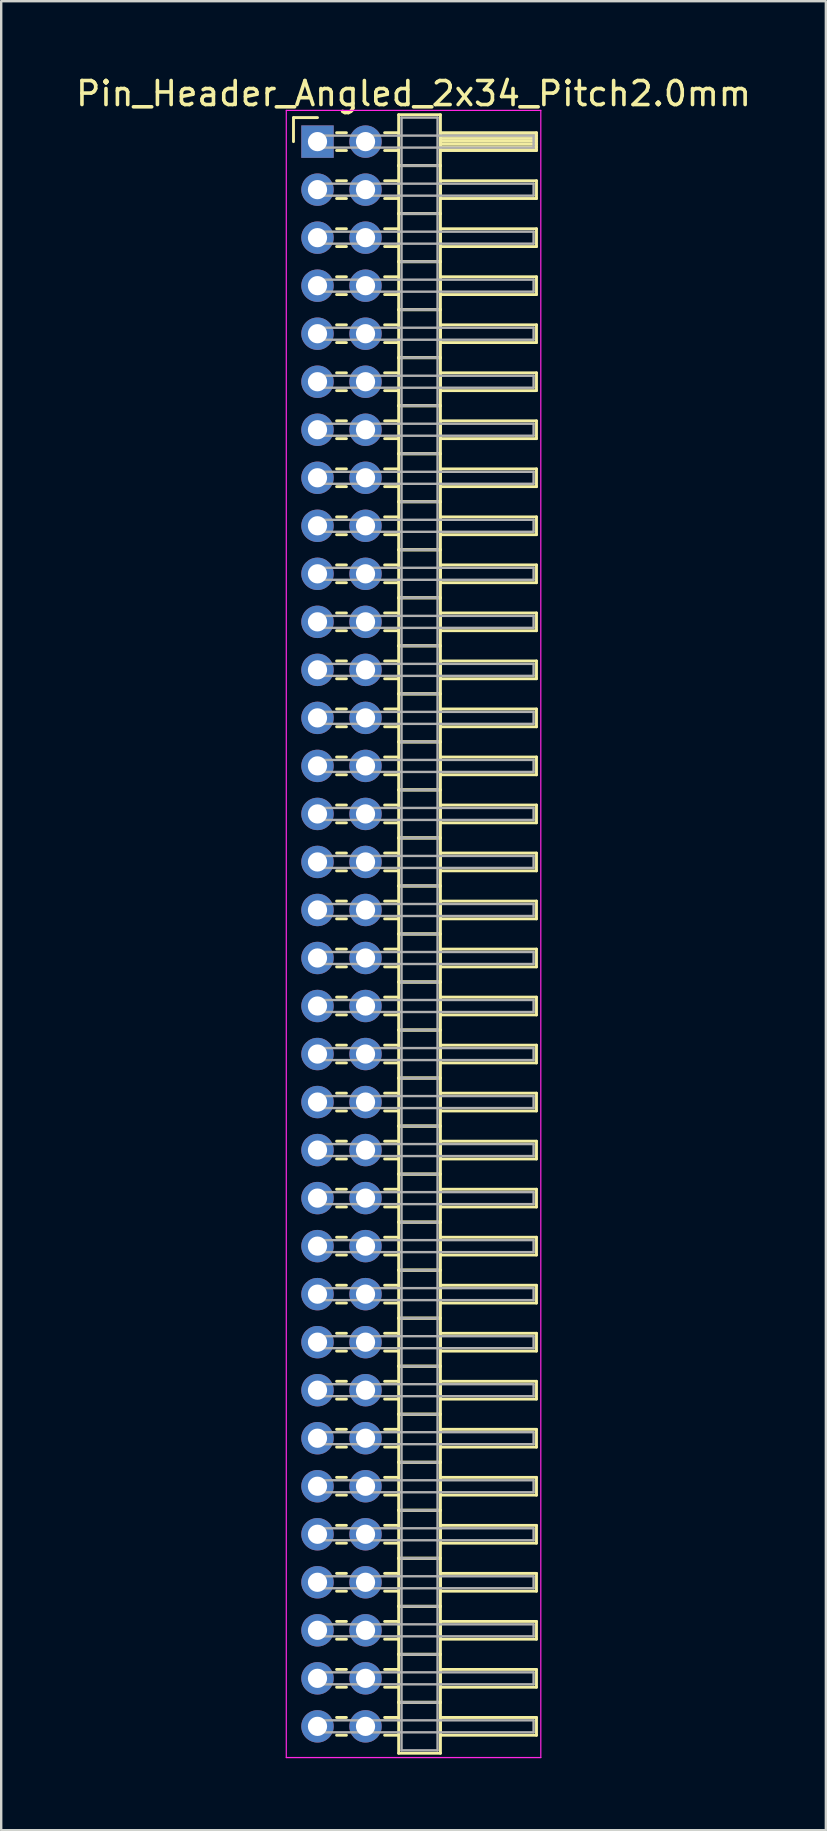
<source format=kicad_pcb>
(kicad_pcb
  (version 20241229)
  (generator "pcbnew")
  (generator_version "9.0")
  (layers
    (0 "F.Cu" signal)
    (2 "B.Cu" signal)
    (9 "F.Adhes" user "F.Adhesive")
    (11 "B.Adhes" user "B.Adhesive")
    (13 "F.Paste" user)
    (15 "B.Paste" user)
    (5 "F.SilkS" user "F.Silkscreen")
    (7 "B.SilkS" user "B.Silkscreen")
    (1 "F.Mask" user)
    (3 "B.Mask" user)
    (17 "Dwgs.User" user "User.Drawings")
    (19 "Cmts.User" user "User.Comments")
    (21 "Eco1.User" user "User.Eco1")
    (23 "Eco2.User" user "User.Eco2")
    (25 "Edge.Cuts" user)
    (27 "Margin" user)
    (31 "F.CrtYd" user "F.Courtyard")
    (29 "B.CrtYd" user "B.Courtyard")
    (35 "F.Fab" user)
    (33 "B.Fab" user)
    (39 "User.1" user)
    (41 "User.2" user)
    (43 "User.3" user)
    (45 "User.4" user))
  (footprint "Pin_Header_Angled_2x34_Pitch2.0mm"
    (layer "F.Cu")
    (at 10.173 2.848)
    (property "Reference" "Pin_Header_Angled_2x34_Pitch2.0mm" (at 4 -2 0) (layer "F.SilkS") (effects (font (size 1 1) (thickness 0.15))))
    (attr through_hole)
    (fp_line (start -1 -1) (end 0 -1) (stroke (width 0.12) (type solid)) (layer "F.SilkS"))
    (fp_line (start -1 0) (end -1 -1) (stroke (width 0.12) (type solid)) (layer "F.SilkS"))
    (fp_line (start 0.795 -0.37) (end 1.205 -0.37) (stroke (width 0.12) (type solid)) (layer "F.SilkS"))
    (fp_line (start 0.795 0.37) (end 1.205 0.37) (stroke (width 0.12) (type solid)) (layer "F.SilkS"))
    (fp_line (start 0.795 1.63) (end 1.205 1.63) (stroke (width 0.12) (type solid)) (layer "F.SilkS"))
    (fp_line (start 0.795 2.37) (end 1.205 2.37) (stroke (width 0.12) (type solid)) (layer "F.SilkS"))
    (fp_line (start 0.795 3.63) (end 1.205 3.63) (stroke (width 0.12) (type solid)) (layer "F.SilkS"))
    (fp_line (start 0.795 4.37) (end 1.205 4.37) (stroke (width 0.12) (type solid)) (layer "F.SilkS"))
    (fp_line (start 0.795 5.63) (end 1.205 5.63) (stroke (width 0.12) (type solid)) (layer "F.SilkS"))
    (fp_line (start 0.795 6.37) (end 1.205 6.37) (stroke (width 0.12) (type solid)) (layer "F.SilkS"))
    (fp_line (start 0.795 7.63) (end 1.205 7.63) (stroke (width 0.12) (type solid)) (layer "F.SilkS"))
    (fp_line (start 0.795 8.37) (end 1.205 8.37) (stroke (width 0.12) (type solid)) (layer "F.SilkS"))
    (fp_line (start 0.795 9.63) (end 1.205 9.63) (stroke (width 0.12) (type solid)) (layer "F.SilkS"))
    (fp_line (start 0.795 10.37) (end 1.205 10.37) (stroke (width 0.12) (type solid)) (layer "F.SilkS"))
    (fp_line (start 0.795 11.63) (end 1.205 11.63) (stroke (width 0.12) (type solid)) (layer "F.SilkS"))
    (fp_line (start 0.795 12.37) (end 1.205 12.37) (stroke (width 0.12) (type solid)) (layer "F.SilkS"))
    (fp_line (start 0.795 13.63) (end 1.205 13.63) (stroke (width 0.12) (type solid)) (layer "F.SilkS"))
    (fp_line (start 0.795 14.37) (end 1.205 14.37) (stroke (width 0.12) (type solid)) (layer "F.SilkS"))
    (fp_line (start 0.795 15.63) (end 1.205 15.63) (stroke (width 0.12) (type solid)) (layer "F.SilkS"))
    (fp_line (start 0.795 16.37) (end 1.205 16.37) (stroke (width 0.12) (type solid)) (layer "F.SilkS"))
    (fp_line (start 0.795 17.63) (end 1.205 17.63) (stroke (width 0.12) (type solid)) (layer "F.SilkS"))
    (fp_line (start 0.795 18.37) (end 1.205 18.37) (stroke (width 0.12) (type solid)) (layer "F.SilkS"))
    (fp_line (start 0.795 19.63) (end 1.205 19.63) (stroke (width 0.12) (type solid)) (layer "F.SilkS"))
    (fp_line (start 0.795 20.37) (end 1.205 20.37) (stroke (width 0.12) (type solid)) (layer "F.SilkS"))
    (fp_line (start 0.795 21.63) (end 1.205 21.63) (stroke (width 0.12) (type solid)) (layer "F.SilkS"))
    (fp_line (start 0.795 22.37) (end 1.205 22.37) (stroke (width 0.12) (type solid)) (layer "F.SilkS"))
    (fp_line (start 0.795 23.63) (end 1.205 23.63) (stroke (width 0.12) (type solid)) (layer "F.SilkS"))
    (fp_line (start 0.795 24.37) (end 1.205 24.37) (stroke (width 0.12) (type solid)) (layer "F.SilkS"))
    (fp_line (start 0.795 25.63) (end 1.205 25.63) (stroke (width 0.12) (type solid)) (layer "F.SilkS"))
    (fp_line (start 0.795 26.37) (end 1.205 26.37) (stroke (width 0.12) (type solid)) (layer "F.SilkS"))
    (fp_line (start 0.795 27.63) (end 1.205 27.63) (stroke (width 0.12) (type solid)) (layer "F.SilkS"))
    (fp_line (start 0.795 28.37) (end 1.205 28.37) (stroke (width 0.12) (type solid)) (layer "F.SilkS"))
    (fp_line (start 0.795 29.63) (end 1.205 29.63) (stroke (width 0.12) (type solid)) (layer "F.SilkS"))
    (fp_line (start 0.795 30.37) (end 1.205 30.37) (stroke (width 0.12) (type solid)) (layer "F.SilkS"))
    (fp_line (start 0.795 31.63) (end 1.205 31.63) (stroke (width 0.12) (type solid)) (layer "F.SilkS"))
    (fp_line (start 0.795 32.37) (end 1.205 32.37) (stroke (width 0.12) (type solid)) (layer "F.SilkS"))
    (fp_line (start 0.795 33.63) (end 1.205 33.63) (stroke (width 0.12) (type solid)) (layer "F.SilkS"))
    (fp_line (start 0.795 34.37) (end 1.205 34.37) (stroke (width 0.12) (type solid)) (layer "F.SilkS"))
    (fp_line (start 0.795 35.63) (end 1.205 35.63) (stroke (width 0.12) (type solid)) (layer "F.SilkS"))
    (fp_line (start 0.795 36.37) (end 1.205 36.37) (stroke (width 0.12) (type solid)) (layer "F.SilkS"))
    (fp_line (start 0.795 37.63) (end 1.205 37.63) (stroke (width 0.12) (type solid)) (layer "F.SilkS"))
    (fp_line (start 0.795 38.37) (end 1.205 38.37) (stroke (width 0.12) (type solid)) (layer "F.SilkS"))
    (fp_line (start 0.795 39.63) (end 1.205 39.63) (stroke (width 0.12) (type solid)) (layer "F.SilkS"))
    (fp_line (start 0.795 40.37) (end 1.205 40.37) (stroke (width 0.12) (type solid)) (layer "F.SilkS"))
    (fp_line (start 0.795 41.63) (end 1.205 41.63) (stroke (width 0.12) (type solid)) (layer "F.SilkS"))
    (fp_line (start 0.795 42.37) (end 1.205 42.37) (stroke (width 0.12) (type solid)) (layer "F.SilkS"))
    (fp_line (start 0.795 43.63) (end 1.205 43.63) (stroke (width 0.12) (type solid)) (layer "F.SilkS"))
    (fp_line (start 0.795 44.37) (end 1.205 44.37) (stroke (width 0.12) (type solid)) (layer "F.SilkS"))
    (fp_line (start 0.795 45.63) (end 1.205 45.63) (stroke (width 0.12) (type solid)) (layer "F.SilkS"))
    (fp_line (start 0.795 46.37) (end 1.205 46.37) (stroke (width 0.12) (type solid)) (layer "F.SilkS"))
    (fp_line (start 0.795 47.63) (end 1.205 47.63) (stroke (width 0.12) (type solid)) (layer "F.SilkS"))
    (fp_line (start 0.795 48.37) (end 1.205 48.37) (stroke (width 0.12) (type solid)) (layer "F.SilkS"))
    (fp_line (start 0.795 49.63) (end 1.205 49.63) (stroke (width 0.12) (type solid)) (layer "F.SilkS"))
    (fp_line (start 0.795 50.37) (end 1.205 50.37) (stroke (width 0.12) (type solid)) (layer "F.SilkS"))
    (fp_line (start 0.795 51.63) (end 1.205 51.63) (stroke (width 0.12) (type solid)) (layer "F.SilkS"))
    (fp_line (start 0.795 52.37) (end 1.205 52.37) (stroke (width 0.12) (type solid)) (layer "F.SilkS"))
    (fp_line (start 0.795 53.63) (end 1.205 53.63) (stroke (width 0.12) (type solid)) (layer "F.SilkS"))
    (fp_line (start 0.795 54.37) (end 1.205 54.37) (stroke (width 0.12) (type solid)) (layer "F.SilkS"))
    (fp_line (start 0.795 55.63) (end 1.205 55.63) (stroke (width 0.12) (type solid)) (layer "F.SilkS"))
    (fp_line (start 0.795 56.37) (end 1.205 56.37) (stroke (width 0.12) (type solid)) (layer "F.SilkS"))
    (fp_line (start 0.795 57.63) (end 1.205 57.63) (stroke (width 0.12) (type solid)) (layer "F.SilkS"))
    (fp_line (start 0.795 58.37) (end 1.205 58.37) (stroke (width 0.12) (type solid)) (layer "F.SilkS"))
    (fp_line (start 0.795 59.63) (end 1.205 59.63) (stroke (width 0.12) (type solid)) (layer "F.SilkS"))
    (fp_line (start 0.795 60.37) (end 1.205 60.37) (stroke (width 0.12) (type solid)) (layer "F.SilkS"))
    (fp_line (start 0.795 61.63) (end 1.205 61.63) (stroke (width 0.12) (type solid)) (layer "F.SilkS"))
    (fp_line (start 0.795 62.37) (end 1.205 62.37) (stroke (width 0.12) (type solid)) (layer "F.SilkS"))
    (fp_line (start 0.795 63.63) (end 1.205 63.63) (stroke (width 0.12) (type solid)) (layer "F.SilkS"))
    (fp_line (start 0.795 64.37) (end 1.205 64.37) (stroke (width 0.12) (type solid)) (layer "F.SilkS"))
    (fp_line (start 0.795 65.63) (end 1.205 65.63) (stroke (width 0.12) (type solid)) (layer "F.SilkS"))
    (fp_line (start 0.795 66.37) (end 1.205 66.37) (stroke (width 0.12) (type solid)) (layer "F.SilkS"))
    (fp_line (start 2.795 -0.37) (end 3.38 -0.37) (stroke (width 0.12) (type solid)) (layer "F.SilkS"))
    (fp_line (start 2.795 0.37) (end 3.38 0.37) (stroke (width 0.12) (type solid)) (layer "F.SilkS"))
    (fp_line (start 2.795 1.63) (end 3.38 1.63) (stroke (width 0.12) (type solid)) (layer "F.SilkS"))
    (fp_line (start 2.795 2.37) (end 3.38 2.37) (stroke (width 0.12) (type solid)) (layer "F.SilkS"))
    (fp_line (start 2.795 3.63) (end 3.38 3.63) (stroke (width 0.12) (type solid)) (layer "F.SilkS"))
    (fp_line (start 2.795 4.37) (end 3.38 4.37) (stroke (width 0.12) (type solid)) (layer "F.SilkS"))
    (fp_line (start 2.795 5.63) (end 3.38 5.63) (stroke (width 0.12) (type solid)) (layer "F.SilkS"))
    (fp_line (start 2.795 6.37) (end 3.38 6.37) (stroke (width 0.12) (type solid)) (layer "F.SilkS"))
    (fp_line (start 2.795 7.63) (end 3.38 7.63) (stroke (width 0.12) (type solid)) (layer "F.SilkS"))
    (fp_line (start 2.795 8.37) (end 3.38 8.37) (stroke (width 0.12) (type solid)) (layer "F.SilkS"))
    (fp_line (start 2.795 9.63) (end 3.38 9.63) (stroke (width 0.12) (type solid)) (layer "F.SilkS"))
    (fp_line (start 2.795 10.37) (end 3.38 10.37) (stroke (width 0.12) (type solid)) (layer "F.SilkS"))
    (fp_line (start 2.795 11.63) (end 3.38 11.63) (stroke (width 0.12) (type solid)) (layer "F.SilkS"))
    (fp_line (start 2.795 12.37) (end 3.38 12.37) (stroke (width 0.12) (type solid)) (layer "F.SilkS"))
    (fp_line (start 2.795 13.63) (end 3.38 13.63) (stroke (width 0.12) (type solid)) (layer "F.SilkS"))
    (fp_line (start 2.795 14.37) (end 3.38 14.37) (stroke (width 0.12) (type solid)) (layer "F.SilkS"))
    (fp_line (start 2.795 15.63) (end 3.38 15.63) (stroke (width 0.12) (type solid)) (layer "F.SilkS"))
    (fp_line (start 2.795 16.37) (end 3.38 16.37) (stroke (width 0.12) (type solid)) (layer "F.SilkS"))
    (fp_line (start 2.795 17.63) (end 3.38 17.63) (stroke (width 0.12) (type solid)) (layer "F.SilkS"))
    (fp_line (start 2.795 18.37) (end 3.38 18.37) (stroke (width 0.12) (type solid)) (layer "F.SilkS"))
    (fp_line (start 2.795 19.63) (end 3.38 19.63) (stroke (width 0.12) (type solid)) (layer "F.SilkS"))
    (fp_line (start 2.795 20.37) (end 3.38 20.37) (stroke (width 0.12) (type solid)) (layer "F.SilkS"))
    (fp_line (start 2.795 21.63) (end 3.38 21.63) (stroke (width 0.12) (type solid)) (layer "F.SilkS"))
    (fp_line (start 2.795 22.37) (end 3.38 22.37) (stroke (width 0.12) (type solid)) (layer "F.SilkS"))
    (fp_line (start 2.795 23.63) (end 3.38 23.63) (stroke (width 0.12) (type solid)) (layer "F.SilkS"))
    (fp_line (start 2.795 24.37) (end 3.38 24.37) (stroke (width 0.12) (type solid)) (layer "F.SilkS"))
    (fp_line (start 2.795 25.63) (end 3.38 25.63) (stroke (width 0.12) (type solid)) (layer "F.SilkS"))
    (fp_line (start 2.795 26.37) (end 3.38 26.37) (stroke (width 0.12) (type solid)) (layer "F.SilkS"))
    (fp_line (start 2.795 27.63) (end 3.38 27.63) (stroke (width 0.12) (type solid)) (layer "F.SilkS"))
    (fp_line (start 2.795 28.37) (end 3.38 28.37) (stroke (width 0.12) (type solid)) (layer "F.SilkS"))
    (fp_line (start 2.795 29.63) (end 3.38 29.63) (stroke (width 0.12) (type solid)) (layer "F.SilkS"))
    (fp_line (start 2.795 30.37) (end 3.38 30.37) (stroke (width 0.12) (type solid)) (layer "F.SilkS"))
    (fp_line (start 2.795 31.63) (end 3.38 31.63) (stroke (width 0.12) (type solid)) (layer "F.SilkS"))
    (fp_line (start 2.795 32.37) (end 3.38 32.37) (stroke (width 0.12) (type solid)) (layer "F.SilkS"))
    (fp_line (start 2.795 33.63) (end 3.38 33.63) (stroke (width 0.12) (type solid)) (layer "F.SilkS"))
    (fp_line (start 2.795 34.37) (end 3.38 34.37) (stroke (width 0.12) (type solid)) (layer "F.SilkS"))
    (fp_line (start 2.795 35.63) (end 3.38 35.63) (stroke (width 0.12) (type solid)) (layer "F.SilkS"))
    (fp_line (start 2.795 36.37) (end 3.38 36.37) (stroke (width 0.12) (type solid)) (layer "F.SilkS"))
    (fp_line (start 2.795 37.63) (end 3.38 37.63) (stroke (width 0.12) (type solid)) (layer "F.SilkS"))
    (fp_line (start 2.795 38.37) (end 3.38 38.37) (stroke (width 0.12) (type solid)) (layer "F.SilkS"))
    (fp_line (start 2.795 39.63) (end 3.38 39.63) (stroke (width 0.12) (type solid)) (layer "F.SilkS"))
    (fp_line (start 2.795 40.37) (end 3.38 40.37) (stroke (width 0.12) (type solid)) (layer "F.SilkS"))
    (fp_line (start 2.795 41.63) (end 3.38 41.63) (stroke (width 0.12) (type solid)) (layer "F.SilkS"))
    (fp_line (start 2.795 42.37) (end 3.38 42.37) (stroke (width 0.12) (type solid)) (layer "F.SilkS"))
    (fp_line (start 2.795 43.63) (end 3.38 43.63) (stroke (width 0.12) (type solid)) (layer "F.SilkS"))
    (fp_line (start 2.795 44.37) (end 3.38 44.37) (stroke (width 0.12) (type solid)) (layer "F.SilkS"))
    (fp_line (start 2.795 45.63) (end 3.38 45.63) (stroke (width 0.12) (type solid)) (layer "F.SilkS"))
    (fp_line (start 2.795 46.37) (end 3.38 46.37) (stroke (width 0.12) (type solid)) (layer "F.SilkS"))
    (fp_line (start 2.795 47.63) (end 3.38 47.63) (stroke (width 0.12) (type solid)) (layer "F.SilkS"))
    (fp_line (start 2.795 48.37) (end 3.38 48.37) (stroke (width 0.12) (type solid)) (layer "F.SilkS"))
    (fp_line (start 2.795 49.63) (end 3.38 49.63) (stroke (width 0.12) (type solid)) (layer "F.SilkS"))
    (fp_line (start 2.795 50.37) (end 3.38 50.37) (stroke (width 0.12) (type solid)) (layer "F.SilkS"))
    (fp_line (start 2.795 51.63) (end 3.38 51.63) (stroke (width 0.12) (type solid)) (layer "F.SilkS"))
    (fp_line (start 2.795 52.37) (end 3.38 52.37) (stroke (width 0.12) (type solid)) (layer "F.SilkS"))
    (fp_line (start 2.795 53.63) (end 3.38 53.63) (stroke (width 0.12) (type solid)) (layer "F.SilkS"))
    (fp_line (start 2.795 54.37) (end 3.38 54.37) (stroke (width 0.12) (type solid)) (layer "F.SilkS"))
    (fp_line (start 2.795 55.63) (end 3.38 55.63) (stroke (width 0.12) (type solid)) (layer "F.SilkS"))
    (fp_line (start 2.795 56.37) (end 3.38 56.37) (stroke (width 0.12) (type solid)) (layer "F.SilkS"))
    (fp_line (start 2.795 57.63) (end 3.38 57.63) (stroke (width 0.12) (type solid)) (layer "F.SilkS"))
    (fp_line (start 2.795 58.37) (end 3.38 58.37) (stroke (width 0.12) (type solid)) (layer "F.SilkS"))
    (fp_line (start 2.795 59.63) (end 3.38 59.63) (stroke (width 0.12) (type solid)) (layer "F.SilkS"))
    (fp_line (start 2.795 60.37) (end 3.38 60.37) (stroke (width 0.12) (type solid)) (layer "F.SilkS"))
    (fp_line (start 2.795 61.63) (end 3.38 61.63) (stroke (width 0.12) (type solid)) (layer "F.SilkS"))
    (fp_line (start 2.795 62.37) (end 3.38 62.37) (stroke (width 0.12) (type solid)) (layer "F.SilkS"))
    (fp_line (start 2.795 63.63) (end 3.38 63.63) (stroke (width 0.12) (type solid)) (layer "F.SilkS"))
    (fp_line (start 2.795 64.37) (end 3.38 64.37) (stroke (width 0.12) (type solid)) (layer "F.SilkS"))
    (fp_line (start 2.795 65.63) (end 3.38 65.63) (stroke (width 0.12) (type solid)) (layer "F.SilkS"))
    (fp_line (start 2.795 66.37) (end 3.38 66.37) (stroke (width 0.12) (type solid)) (layer "F.SilkS"))
    (fp_line (start 3.38 -1.12) (end 3.38 1) (stroke (width 0.12) (type solid)) (layer "F.SilkS"))
    (fp_line (start 3.38 1) (end 3.38 3) (stroke (width 0.12) (type solid)) (layer "F.SilkS"))
    (fp_line (start 3.38 1) (end 5.12 1) (stroke (width 0.12) (type solid)) (layer "F.SilkS"))
    (fp_line (start 3.38 3) (end 3.38 5) (stroke (width 0.12) (type solid)) (layer "F.SilkS"))
    (fp_line (start 3.38 3) (end 5.12 3) (stroke (width 0.12) (type solid)) (layer "F.SilkS"))
    (fp_line (start 3.38 5) (end 3.38 7) (stroke (width 0.12) (type solid)) (layer "F.SilkS"))
    (fp_line (start 3.38 5) (end 5.12 5) (stroke (width 0.12) (type solid)) (layer "F.SilkS"))
    (fp_line (start 3.38 7) (end 3.38 9) (stroke (width 0.12) (type solid)) (layer "F.SilkS"))
    (fp_line (start 3.38 7) (end 5.12 7) (stroke (width 0.12) (type solid)) (layer "F.SilkS"))
    (fp_line (start 3.38 9) (end 3.38 11) (stroke (width 0.12) (type solid)) (layer "F.SilkS"))
    (fp_line (start 3.38 9) (end 5.12 9) (stroke (width 0.12) (type solid)) (layer "F.SilkS"))
    (fp_line (start 3.38 11) (end 3.38 13) (stroke (width 0.12) (type solid)) (layer "F.SilkS"))
    (fp_line (start 3.38 11) (end 5.12 11) (stroke (width 0.12) (type solid)) (layer "F.SilkS"))
    (fp_line (start 3.38 13) (end 3.38 15) (stroke (width 0.12) (type solid)) (layer "F.SilkS"))
    (fp_line (start 3.38 13) (end 5.12 13) (stroke (width 0.12) (type solid)) (layer "F.SilkS"))
    (fp_line (start 3.38 15) (end 3.38 17) (stroke (width 0.12) (type solid)) (layer "F.SilkS"))
    (fp_line (start 3.38 15) (end 5.12 15) (stroke (width 0.12) (type solid)) (layer "F.SilkS"))
    (fp_line (start 3.38 17) (end 3.38 19) (stroke (width 0.12) (type solid)) (layer "F.SilkS"))
    (fp_line (start 3.38 17) (end 5.12 17) (stroke (width 0.12) (type solid)) (layer "F.SilkS"))
    (fp_line (start 3.38 19) (end 3.38 21) (stroke (width 0.12) (type solid)) (layer "F.SilkS"))
    (fp_line (start 3.38 19) (end 5.12 19) (stroke (width 0.12) (type solid)) (layer "F.SilkS"))
    (fp_line (start 3.38 21) (end 3.38 23) (stroke (width 0.12) (type solid)) (layer "F.SilkS"))
    (fp_line (start 3.38 21) (end 5.12 21) (stroke (width 0.12) (type solid)) (layer "F.SilkS"))
    (fp_line (start 3.38 23) (end 3.38 25) (stroke (width 0.12) (type solid)) (layer "F.SilkS"))
    (fp_line (start 3.38 23) (end 5.12 23) (stroke (width 0.12) (type solid)) (layer "F.SilkS"))
    (fp_line (start 3.38 25) (end 3.38 27) (stroke (width 0.12) (type solid)) (layer "F.SilkS"))
    (fp_line (start 3.38 25) (end 5.12 25) (stroke (width 0.12) (type solid)) (layer "F.SilkS"))
    (fp_line (start 3.38 27) (end 3.38 29) (stroke (width 0.12) (type solid)) (layer "F.SilkS"))
    (fp_line (start 3.38 27) (end 5.12 27) (stroke (width 0.12) (type solid)) (layer "F.SilkS"))
    (fp_line (start 3.38 29) (end 3.38 31) (stroke (width 0.12) (type solid)) (layer "F.SilkS"))
    (fp_line (start 3.38 29) (end 5.12 29) (stroke (width 0.12) (type solid)) (layer "F.SilkS"))
    (fp_line (start 3.38 31) (end 3.38 33) (stroke (width 0.12) (type solid)) (layer "F.SilkS"))
    (fp_line (start 3.38 31) (end 5.12 31) (stroke (width 0.12) (type solid)) (layer "F.SilkS"))
    (fp_line (start 3.38 33) (end 3.38 35) (stroke (width 0.12) (type solid)) (layer "F.SilkS"))
    (fp_line (start 3.38 33) (end 5.12 33) (stroke (width 0.12) (type solid)) (layer "F.SilkS"))
    (fp_line (start 3.38 35) (end 3.38 37) (stroke (width 0.12) (type solid)) (layer "F.SilkS"))
    (fp_line (start 3.38 35) (end 5.12 35) (stroke (width 0.12) (type solid)) (layer "F.SilkS"))
    (fp_line (start 3.38 37) (end 3.38 39) (stroke (width 0.12) (type solid)) (layer "F.SilkS"))
    (fp_line (start 3.38 37) (end 5.12 37) (stroke (width 0.12) (type solid)) (layer "F.SilkS"))
    (fp_line (start 3.38 39) (end 3.38 41) (stroke (width 0.12) (type solid)) (layer "F.SilkS"))
    (fp_line (start 3.38 39) (end 5.12 39) (stroke (width 0.12) (type solid)) (layer "F.SilkS"))
    (fp_line (start 3.38 41) (end 3.38 43) (stroke (width 0.12) (type solid)) (layer "F.SilkS"))
    (fp_line (start 3.38 41) (end 5.12 41) (stroke (width 0.12) (type solid)) (layer "F.SilkS"))
    (fp_line (start 3.38 43) (end 3.38 45) (stroke (width 0.12) (type solid)) (layer "F.SilkS"))
    (fp_line (start 3.38 43) (end 5.12 43) (stroke (width 0.12) (type solid)) (layer "F.SilkS"))
    (fp_line (start 3.38 45) (end 3.38 47) (stroke (width 0.12) (type solid)) (layer "F.SilkS"))
    (fp_line (start 3.38 45) (end 5.12 45) (stroke (width 0.12) (type solid)) (layer "F.SilkS"))
    (fp_line (start 3.38 47) (end 3.38 49) (stroke (width 0.12) (type solid)) (layer "F.SilkS"))
    (fp_line (start 3.38 47) (end 5.12 47) (stroke (width 0.12) (type solid)) (layer "F.SilkS"))
    (fp_line (start 3.38 49) (end 3.38 51) (stroke (width 0.12) (type solid)) (layer "F.SilkS"))
    (fp_line (start 3.38 49) (end 5.12 49) (stroke (width 0.12) (type solid)) (layer "F.SilkS"))
    (fp_line (start 3.38 51) (end 3.38 53) (stroke (width 0.12) (type solid)) (layer "F.SilkS"))
    (fp_line (start 3.38 51) (end 5.12 51) (stroke (width 0.12) (type solid)) (layer "F.SilkS"))
    (fp_line (start 3.38 53) (end 3.38 55) (stroke (width 0.12) (type solid)) (layer "F.SilkS"))
    (fp_line (start 3.38 53) (end 5.12 53) (stroke (width 0.12) (type solid)) (layer "F.SilkS"))
    (fp_line (start 3.38 55) (end 3.38 57) (stroke (width 0.12) (type solid)) (layer "F.SilkS"))
    (fp_line (start 3.38 55) (end 5.12 55) (stroke (width 0.12) (type solid)) (layer "F.SilkS"))
    (fp_line (start 3.38 57) (end 3.38 59) (stroke (width 0.12) (type solid)) (layer "F.SilkS"))
    (fp_line (start 3.38 57) (end 5.12 57) (stroke (width 0.12) (type solid)) (layer "F.SilkS"))
    (fp_line (start 3.38 59) (end 3.38 61) (stroke (width 0.12) (type solid)) (layer "F.SilkS"))
    (fp_line (start 3.38 59) (end 5.12 59) (stroke (width 0.12) (type solid)) (layer "F.SilkS"))
    (fp_line (start 3.38 61) (end 3.38 63) (stroke (width 0.12) (type solid)) (layer "F.SilkS"))
    (fp_line (start 3.38 61) (end 5.12 61) (stroke (width 0.12) (type solid)) (layer "F.SilkS"))
    (fp_line (start 3.38 63) (end 3.38 65) (stroke (width 0.12) (type solid)) (layer "F.SilkS"))
    (fp_line (start 3.38 63) (end 5.12 63) (stroke (width 0.12) (type solid)) (layer "F.SilkS"))
    (fp_line (start 3.38 65) (end 3.38 67.12) (stroke (width 0.12) (type solid)) (layer "F.SilkS"))
    (fp_line (start 3.38 65) (end 5.12 65) (stroke (width 0.12) (type solid)) (layer "F.SilkS"))
    (fp_line (start 3.38 67.12) (end 5.12 67.12) (stroke (width 0.12) (type solid)) (layer "F.SilkS"))
    (fp_line (start 5.12 -1.12) (end 3.38 -1.12) (stroke (width 0.12) (type solid)) (layer "F.SilkS"))
    (fp_line (start 5.12 -0.37) (end 5.12 0.37) (stroke (width 0.12) (type solid)) (layer "F.SilkS"))
    (fp_line (start 5.12 -0.25) (end 9.12 -0.25) (stroke (width 0.12) (type solid)) (layer "F.SilkS"))
    (fp_line (start 5.12 -0.13) (end 9.12 -0.13) (stroke (width 0.12) (type solid)) (layer "F.SilkS"))
    (fp_line (start 5.12 -0.01) (end 9.12 -0.01) (stroke (width 0.12) (type solid)) (layer "F.SilkS"))
    (fp_line (start 5.12 0.11) (end 9.12 0.11) (stroke (width 0.12) (type solid)) (layer "F.SilkS"))
    (fp_line (start 5.12 0.23) (end 9.12 0.23) (stroke (width 0.12) (type solid)) (layer "F.SilkS"))
    (fp_line (start 5.12 0.35) (end 9.12 0.35) (stroke (width 0.12) (type solid)) (layer "F.SilkS"))
    (fp_line (start 5.12 0.37) (end 9.12 0.37) (stroke (width 0.12) (type solid)) (layer "F.SilkS"))
    (fp_line (start 5.12 1) (end 3.38 1) (stroke (width 0.12) (type solid)) (layer "F.SilkS"))
    (fp_line (start 5.12 1) (end 5.12 -1.12) (stroke (width 0.12) (type solid)) (layer "F.SilkS"))
    (fp_line (start 5.12 1.63) (end 5.12 2.37) (stroke (width 0.12) (type solid)) (layer "F.SilkS"))
    (fp_line (start 5.12 2.37) (end 9.12 2.37) (stroke (width 0.12) (type solid)) (layer "F.SilkS"))
    (fp_line (start 5.12 3) (end 3.38 3) (stroke (width 0.12) (type solid)) (layer "F.SilkS"))
    (fp_line (start 5.12 3) (end 5.12 1) (stroke (width 0.12) (type solid)) (layer "F.SilkS"))
    (fp_line (start 5.12 3.63) (end 5.12 4.37) (stroke (width 0.12) (type solid)) (layer "F.SilkS"))
    (fp_line (start 5.12 4.37) (end 9.12 4.37) (stroke (width 0.12) (type solid)) (layer "F.SilkS"))
    (fp_line (start 5.12 5) (end 3.38 5) (stroke (width 0.12) (type solid)) (layer "F.SilkS"))
    (fp_line (start 5.12 5) (end 5.12 3) (stroke (width 0.12) (type solid)) (layer "F.SilkS"))
    (fp_line (start 5.12 5.63) (end 5.12 6.37) (stroke (width 0.12) (type solid)) (layer "F.SilkS"))
    (fp_line (start 5.12 6.37) (end 9.12 6.37) (stroke (width 0.12) (type solid)) (layer "F.SilkS"))
    (fp_line (start 5.12 7) (end 3.38 7) (stroke (width 0.12) (type solid)) (layer "F.SilkS"))
    (fp_line (start 5.12 7) (end 5.12 5) (stroke (width 0.12) (type solid)) (layer "F.SilkS"))
    (fp_line (start 5.12 7.63) (end 5.12 8.37) (stroke (width 0.12) (type solid)) (layer "F.SilkS"))
    (fp_line (start 5.12 8.37) (end 9.12 8.37) (stroke (width 0.12) (type solid)) (layer "F.SilkS"))
    (fp_line (start 5.12 9) (end 3.38 9) (stroke (width 0.12) (type solid)) (layer "F.SilkS"))
    (fp_line (start 5.12 9) (end 5.12 7) (stroke (width 0.12) (type solid)) (layer "F.SilkS"))
    (fp_line (start 5.12 9.63) (end 5.12 10.37) (stroke (width 0.12) (type solid)) (layer "F.SilkS"))
    (fp_line (start 5.12 10.37) (end 9.12 10.37) (stroke (width 0.12) (type solid)) (layer "F.SilkS"))
    (fp_line (start 5.12 11) (end 3.38 11) (stroke (width 0.12) (type solid)) (layer "F.SilkS"))
    (fp_line (start 5.12 11) (end 5.12 9) (stroke (width 0.12) (type solid)) (layer "F.SilkS"))
    (fp_line (start 5.12 11.63) (end 5.12 12.37) (stroke (width 0.12) (type solid)) (layer "F.SilkS"))
    (fp_line (start 5.12 12.37) (end 9.12 12.37) (stroke (width 0.12) (type solid)) (layer "F.SilkS"))
    (fp_line (start 5.12 13) (end 3.38 13) (stroke (width 0.12) (type solid)) (layer "F.SilkS"))
    (fp_line (start 5.12 13) (end 5.12 11) (stroke (width 0.12) (type solid)) (layer "F.SilkS"))
    (fp_line (start 5.12 13.63) (end 5.12 14.37) (stroke (width 0.12) (type solid)) (layer "F.SilkS"))
    (fp_line (start 5.12 14.37) (end 9.12 14.37) (stroke (width 0.12) (type solid)) (layer "F.SilkS"))
    (fp_line (start 5.12 15) (end 3.38 15) (stroke (width 0.12) (type solid)) (layer "F.SilkS"))
    (fp_line (start 5.12 15) (end 5.12 13) (stroke (width 0.12) (type solid)) (layer "F.SilkS"))
    (fp_line (start 5.12 15.63) (end 5.12 16.37) (stroke (width 0.12) (type solid)) (layer "F.SilkS"))
    (fp_line (start 5.12 16.37) (end 9.12 16.37) (stroke (width 0.12) (type solid)) (layer "F.SilkS"))
    (fp_line (start 5.12 17) (end 3.38 17) (stroke (width 0.12) (type solid)) (layer "F.SilkS"))
    (fp_line (start 5.12 17) (end 5.12 15) (stroke (width 0.12) (type solid)) (layer "F.SilkS"))
    (fp_line (start 5.12 17.63) (end 5.12 18.37) (stroke (width 0.12) (type solid)) (layer "F.SilkS"))
    (fp_line (start 5.12 18.37) (end 9.12 18.37) (stroke (width 0.12) (type solid)) (layer "F.SilkS"))
    (fp_line (start 5.12 19) (end 3.38 19) (stroke (width 0.12) (type solid)) (layer "F.SilkS"))
    (fp_line (start 5.12 19) (end 5.12 17) (stroke (width 0.12) (type solid)) (layer "F.SilkS"))
    (fp_line (start 5.12 19.63) (end 5.12 20.37) (stroke (width 0.12) (type solid)) (layer "F.SilkS"))
    (fp_line (start 5.12 20.37) (end 9.12 20.37) (stroke (width 0.12) (type solid)) (layer "F.SilkS"))
    (fp_line (start 5.12 21) (end 3.38 21) (stroke (width 0.12) (type solid)) (layer "F.SilkS"))
    (fp_line (start 5.12 21) (end 5.12 19) (stroke (width 0.12) (type solid)) (layer "F.SilkS"))
    (fp_line (start 5.12 21.63) (end 5.12 22.37) (stroke (width 0.12) (type solid)) (layer "F.SilkS"))
    (fp_line (start 5.12 22.37) (end 9.12 22.37) (stroke (width 0.12) (type solid)) (layer "F.SilkS"))
    (fp_line (start 5.12 23) (end 3.38 23) (stroke (width 0.12) (type solid)) (layer "F.SilkS"))
    (fp_line (start 5.12 23) (end 5.12 21) (stroke (width 0.12) (type solid)) (layer "F.SilkS"))
    (fp_line (start 5.12 23.63) (end 5.12 24.37) (stroke (width 0.12) (type solid)) (layer "F.SilkS"))
    (fp_line (start 5.12 24.37) (end 9.12 24.37) (stroke (width 0.12) (type solid)) (layer "F.SilkS"))
    (fp_line (start 5.12 25) (end 3.38 25) (stroke (width 0.12) (type solid)) (layer "F.SilkS"))
    (fp_line (start 5.12 25) (end 5.12 23) (stroke (width 0.12) (type solid)) (layer "F.SilkS"))
    (fp_line (start 5.12 25.63) (end 5.12 26.37) (stroke (width 0.12) (type solid)) (layer "F.SilkS"))
    (fp_line (start 5.12 26.37) (end 9.12 26.37) (stroke (width 0.12) (type solid)) (layer "F.SilkS"))
    (fp_line (start 5.12 27) (end 3.38 27) (stroke (width 0.12) (type solid)) (layer "F.SilkS"))
    (fp_line (start 5.12 27) (end 5.12 25) (stroke (width 0.12) (type solid)) (layer "F.SilkS"))
    (fp_line (start 5.12 27.63) (end 5.12 28.37) (stroke (width 0.12) (type solid)) (layer "F.SilkS"))
    (fp_line (start 5.12 28.37) (end 9.12 28.37) (stroke (width 0.12) (type solid)) (layer "F.SilkS"))
    (fp_line (start 5.12 29) (end 3.38 29) (stroke (width 0.12) (type solid)) (layer "F.SilkS"))
    (fp_line (start 5.12 29) (end 5.12 27) (stroke (width 0.12) (type solid)) (layer "F.SilkS"))
    (fp_line (start 5.12 29.63) (end 5.12 30.37) (stroke (width 0.12) (type solid)) (layer "F.SilkS"))
    (fp_line (start 5.12 30.37) (end 9.12 30.37) (stroke (width 0.12) (type solid)) (layer "F.SilkS"))
    (fp_line (start 5.12 31) (end 3.38 31) (stroke (width 0.12) (type solid)) (layer "F.SilkS"))
    (fp_line (start 5.12 31) (end 5.12 29) (stroke (width 0.12) (type solid)) (layer "F.SilkS"))
    (fp_line (start 5.12 31.63) (end 5.12 32.37) (stroke (width 0.12) (type solid)) (layer "F.SilkS"))
    (fp_line (start 5.12 32.37) (end 9.12 32.37) (stroke (width 0.12) (type solid)) (layer "F.SilkS"))
    (fp_line (start 5.12 33) (end 3.38 33) (stroke (width 0.12) (type solid)) (layer "F.SilkS"))
    (fp_line (start 5.12 33) (end 5.12 31) (stroke (width 0.12) (type solid)) (layer "F.SilkS"))
    (fp_line (start 5.12 33.63) (end 5.12 34.37) (stroke (width 0.12) (type solid)) (layer "F.SilkS"))
    (fp_line (start 5.12 34.37) (end 9.12 34.37) (stroke (width 0.12) (type solid)) (layer "F.SilkS"))
    (fp_line (start 5.12 35) (end 3.38 35) (stroke (width 0.12) (type solid)) (layer "F.SilkS"))
    (fp_line (start 5.12 35) (end 5.12 33) (stroke (width 0.12) (type solid)) (layer "F.SilkS"))
    (fp_line (start 5.12 35.63) (end 5.12 36.37) (stroke (width 0.12) (type solid)) (layer "F.SilkS"))
    (fp_line (start 5.12 36.37) (end 9.12 36.37) (stroke (width 0.12) (type solid)) (layer "F.SilkS"))
    (fp_line (start 5.12 37) (end 3.38 37) (stroke (width 0.12) (type solid)) (layer "F.SilkS"))
    (fp_line (start 5.12 37) (end 5.12 35) (stroke (width 0.12) (type solid)) (layer "F.SilkS"))
    (fp_line (start 5.12 37.63) (end 5.12 38.37) (stroke (width 0.12) (type solid)) (layer "F.SilkS"))
    (fp_line (start 5.12 38.37) (end 9.12 38.37) (stroke (width 0.12) (type solid)) (layer "F.SilkS"))
    (fp_line (start 5.12 39) (end 3.38 39) (stroke (width 0.12) (type solid)) (layer "F.SilkS"))
    (fp_line (start 5.12 39) (end 5.12 37) (stroke (width 0.12) (type solid)) (layer "F.SilkS"))
    (fp_line (start 5.12 39.63) (end 5.12 40.37) (stroke (width 0.12) (type solid)) (layer "F.SilkS"))
    (fp_line (start 5.12 40.37) (end 9.12 40.37) (stroke (width 0.12) (type solid)) (layer "F.SilkS"))
    (fp_line (start 5.12 41) (end 3.38 41) (stroke (width 0.12) (type solid)) (layer "F.SilkS"))
    (fp_line (start 5.12 41) (end 5.12 39) (stroke (width 0.12) (type solid)) (layer "F.SilkS"))
    (fp_line (start 5.12 41.63) (end 5.12 42.37) (stroke (width 0.12) (type solid)) (layer "F.SilkS"))
    (fp_line (start 5.12 42.37) (end 9.12 42.37) (stroke (width 0.12) (type solid)) (layer "F.SilkS"))
    (fp_line (start 5.12 43) (end 3.38 43) (stroke (width 0.12) (type solid)) (layer "F.SilkS"))
    (fp_line (start 5.12 43) (end 5.12 41) (stroke (width 0.12) (type solid)) (layer "F.SilkS"))
    (fp_line (start 5.12 43.63) (end 5.12 44.37) (stroke (width 0.12) (type solid)) (layer "F.SilkS"))
    (fp_line (start 5.12 44.37) (end 9.12 44.37) (stroke (width 0.12) (type solid)) (layer "F.SilkS"))
    (fp_line (start 5.12 45) (end 3.38 45) (stroke (width 0.12) (type solid)) (layer "F.SilkS"))
    (fp_line (start 5.12 45) (end 5.12 43) (stroke (width 0.12) (type solid)) (layer "F.SilkS"))
    (fp_line (start 5.12 45.63) (end 5.12 46.37) (stroke (width 0.12) (type solid)) (layer "F.SilkS"))
    (fp_line (start 5.12 46.37) (end 9.12 46.37) (stroke (width 0.12) (type solid)) (layer "F.SilkS"))
    (fp_line (start 5.12 47) (end 3.38 47) (stroke (width 0.12) (type solid)) (layer "F.SilkS"))
    (fp_line (start 5.12 47) (end 5.12 45) (stroke (width 0.12) (type solid)) (layer "F.SilkS"))
    (fp_line (start 5.12 47.63) (end 5.12 48.37) (stroke (width 0.12) (type solid)) (layer "F.SilkS"))
    (fp_line (start 5.12 48.37) (end 9.12 48.37) (stroke (width 0.12) (type solid)) (layer "F.SilkS"))
    (fp_line (start 5.12 49) (end 3.38 49) (stroke (width 0.12) (type solid)) (layer "F.SilkS"))
    (fp_line (start 5.12 49) (end 5.12 47) (stroke (width 0.12) (type solid)) (layer "F.SilkS"))
    (fp_line (start 5.12 49.63) (end 5.12 50.37) (stroke (width 0.12) (type solid)) (layer "F.SilkS"))
    (fp_line (start 5.12 50.37) (end 9.12 50.37) (stroke (width 0.12) (type solid)) (layer "F.SilkS"))
    (fp_line (start 5.12 51) (end 3.38 51) (stroke (width 0.12) (type solid)) (layer "F.SilkS"))
    (fp_line (start 5.12 51) (end 5.12 49) (stroke (width 0.12) (type solid)) (layer "F.SilkS"))
    (fp_line (start 5.12 51.63) (end 5.12 52.37) (stroke (width 0.12) (type solid)) (layer "F.SilkS"))
    (fp_line (start 5.12 52.37) (end 9.12 52.37) (stroke (width 0.12) (type solid)) (layer "F.SilkS"))
    (fp_line (start 5.12 53) (end 3.38 53) (stroke (width 0.12) (type solid)) (layer "F.SilkS"))
    (fp_line (start 5.12 53) (end 5.12 51) (stroke (width 0.12) (type solid)) (layer "F.SilkS"))
    (fp_line (start 5.12 53.63) (end 5.12 54.37) (stroke (width 0.12) (type solid)) (layer "F.SilkS"))
    (fp_line (start 5.12 54.37) (end 9.12 54.37) (stroke (width 0.12) (type solid)) (layer "F.SilkS"))
    (fp_line (start 5.12 55) (end 3.38 55) (stroke (width 0.12) (type solid)) (layer "F.SilkS"))
    (fp_line (start 5.12 55) (end 5.12 53) (stroke (width 0.12) (type solid)) (layer "F.SilkS"))
    (fp_line (start 5.12 55.63) (end 5.12 56.37) (stroke (width 0.12) (type solid)) (layer "F.SilkS"))
    (fp_line (start 5.12 56.37) (end 9.12 56.37) (stroke (width 0.12) (type solid)) (layer "F.SilkS"))
    (fp_line (start 5.12 57) (end 3.38 57) (stroke (width 0.12) (type solid)) (layer "F.SilkS"))
    (fp_line (start 5.12 57) (end 5.12 55) (stroke (width 0.12) (type solid)) (layer "F.SilkS"))
    (fp_line (start 5.12 57.63) (end 5.12 58.37) (stroke (width 0.12) (type solid)) (layer "F.SilkS"))
    (fp_line (start 5.12 58.37) (end 9.12 58.37) (stroke (width 0.12) (type solid)) (layer "F.SilkS"))
    (fp_line (start 5.12 59) (end 3.38 59) (stroke (width 0.12) (type solid)) (layer "F.SilkS"))
    (fp_line (start 5.12 59) (end 5.12 57) (stroke (width 0.12) (type solid)) (layer "F.SilkS"))
    (fp_line (start 5.12 59.63) (end 5.12 60.37) (stroke (width 0.12) (type solid)) (layer "F.SilkS"))
    (fp_line (start 5.12 60.37) (end 9.12 60.37) (stroke (width 0.12) (type solid)) (layer "F.SilkS"))
    (fp_line (start 5.12 61) (end 3.38 61) (stroke (width 0.12) (type solid)) (layer "F.SilkS"))
    (fp_line (start 5.12 61) (end 5.12 59) (stroke (width 0.12) (type solid)) (layer "F.SilkS"))
    (fp_line (start 5.12 61.63) (end 5.12 62.37) (stroke (width 0.12) (type solid)) (layer "F.SilkS"))
    (fp_line (start 5.12 62.37) (end 9.12 62.37) (stroke (width 0.12) (type solid)) (layer "F.SilkS"))
    (fp_line (start 5.12 63) (end 3.38 63) (stroke (width 0.12) (type solid)) (layer "F.SilkS"))
    (fp_line (start 5.12 63) (end 5.12 61) (stroke (width 0.12) (type solid)) (layer "F.SilkS"))
    (fp_line (start 5.12 63.63) (end 5.12 64.37) (stroke (width 0.12) (type solid)) (layer "F.SilkS"))
    (fp_line (start 5.12 64.37) (end 9.12 64.37) (stroke (width 0.12) (type solid)) (layer "F.SilkS"))
    (fp_line (start 5.12 65) (end 3.38 65) (stroke (width 0.12) (type solid)) (layer "F.SilkS"))
    (fp_line (start 5.12 65) (end 5.12 63) (stroke (width 0.12) (type solid)) (layer "F.SilkS"))
    (fp_line (start 5.12 65.63) (end 5.12 66.37) (stroke (width 0.12) (type solid)) (layer "F.SilkS"))
    (fp_line (start 5.12 66.37) (end 9.12 66.37) (stroke (width 0.12) (type solid)) (layer "F.SilkS"))
    (fp_line (start 5.12 67.12) (end 5.12 65) (stroke (width 0.12) (type solid)) (layer "F.SilkS"))
    (fp_line (start 9.12 -0.37) (end 5.12 -0.37) (stroke (width 0.12) (type solid)) (layer "F.SilkS"))
    (fp_line (start 9.12 0.37) (end 9.12 -0.37) (stroke (width 0.12) (type solid)) (layer "F.SilkS"))
    (fp_line (start 9.12 1.63) (end 5.12 1.63) (stroke (width 0.12) (type solid)) (layer "F.SilkS"))
    (fp_line (start 9.12 2.37) (end 9.12 1.63) (stroke (width 0.12) (type solid)) (layer "F.SilkS"))
    (fp_line (start 9.12 3.63) (end 5.12 3.63) (stroke (width 0.12) (type solid)) (layer "F.SilkS"))
    (fp_line (start 9.12 4.37) (end 9.12 3.63) (stroke (width 0.12) (type solid)) (layer "F.SilkS"))
    (fp_line (start 9.12 5.63) (end 5.12 5.63) (stroke (width 0.12) (type solid)) (layer "F.SilkS"))
    (fp_line (start 9.12 6.37) (end 9.12 5.63) (stroke (width 0.12) (type solid)) (layer "F.SilkS"))
    (fp_line (start 9.12 7.63) (end 5.12 7.63) (stroke (width 0.12) (type solid)) (layer "F.SilkS"))
    (fp_line (start 9.12 8.37) (end 9.12 7.63) (stroke (width 0.12) (type solid)) (layer "F.SilkS"))
    (fp_line (start 9.12 9.63) (end 5.12 9.63) (stroke (width 0.12) (type solid)) (layer "F.SilkS"))
    (fp_line (start 9.12 10.37) (end 9.12 9.63) (stroke (width 0.12) (type solid)) (layer "F.SilkS"))
    (fp_line (start 9.12 11.63) (end 5.12 11.63) (stroke (width 0.12) (type solid)) (layer "F.SilkS"))
    (fp_line (start 9.12 12.37) (end 9.12 11.63) (stroke (width 0.12) (type solid)) (layer "F.SilkS"))
    (fp_line (start 9.12 13.63) (end 5.12 13.63) (stroke (width 0.12) (type solid)) (layer "F.SilkS"))
    (fp_line (start 9.12 14.37) (end 9.12 13.63) (stroke (width 0.12) (type solid)) (layer "F.SilkS"))
    (fp_line (start 9.12 15.63) (end 5.12 15.63) (stroke (width 0.12) (type solid)) (layer "F.SilkS"))
    (fp_line (start 9.12 16.37) (end 9.12 15.63) (stroke (width 0.12) (type solid)) (layer "F.SilkS"))
    (fp_line (start 9.12 17.63) (end 5.12 17.63) (stroke (width 0.12) (type solid)) (layer "F.SilkS"))
    (fp_line (start 9.12 18.37) (end 9.12 17.63) (stroke (width 0.12) (type solid)) (layer "F.SilkS"))
    (fp_line (start 9.12 19.63) (end 5.12 19.63) (stroke (width 0.12) (type solid)) (layer "F.SilkS"))
    (fp_line (start 9.12 20.37) (end 9.12 19.63) (stroke (width 0.12) (type solid)) (layer "F.SilkS"))
    (fp_line (start 9.12 21.63) (end 5.12 21.63) (stroke (width 0.12) (type solid)) (layer "F.SilkS"))
    (fp_line (start 9.12 22.37) (end 9.12 21.63) (stroke (width 0.12) (type solid)) (layer "F.SilkS"))
    (fp_line (start 9.12 23.63) (end 5.12 23.63) (stroke (width 0.12) (type solid)) (layer "F.SilkS"))
    (fp_line (start 9.12 24.37) (end 9.12 23.63) (stroke (width 0.12) (type solid)) (layer "F.SilkS"))
    (fp_line (start 9.12 25.63) (end 5.12 25.63) (stroke (width 0.12) (type solid)) (layer "F.SilkS"))
    (fp_line (start 9.12 26.37) (end 9.12 25.63) (stroke (width 0.12) (type solid)) (layer "F.SilkS"))
    (fp_line (start 9.12 27.63) (end 5.12 27.63) (stroke (width 0.12) (type solid)) (layer "F.SilkS"))
    (fp_line (start 9.12 28.37) (end 9.12 27.63) (stroke (width 0.12) (type solid)) (layer "F.SilkS"))
    (fp_line (start 9.12 29.63) (end 5.12 29.63) (stroke (width 0.12) (type solid)) (layer "F.SilkS"))
    (fp_line (start 9.12 30.37) (end 9.12 29.63) (stroke (width 0.12) (type solid)) (layer "F.SilkS"))
    (fp_line (start 9.12 31.63) (end 5.12 31.63) (stroke (width 0.12) (type solid)) (layer "F.SilkS"))
    (fp_line (start 9.12 32.37) (end 9.12 31.63) (stroke (width 0.12) (type solid)) (layer "F.SilkS"))
    (fp_line (start 9.12 33.63) (end 5.12 33.63) (stroke (width 0.12) (type solid)) (layer "F.SilkS"))
    (fp_line (start 9.12 34.37) (end 9.12 33.63) (stroke (width 0.12) (type solid)) (layer "F.SilkS"))
    (fp_line (start 9.12 35.63) (end 5.12 35.63) (stroke (width 0.12) (type solid)) (layer "F.SilkS"))
    (fp_line (start 9.12 36.37) (end 9.12 35.63) (stroke (width 0.12) (type solid)) (layer "F.SilkS"))
    (fp_line (start 9.12 37.63) (end 5.12 37.63) (stroke (width 0.12) (type solid)) (layer "F.SilkS"))
    (fp_line (start 9.12 38.37) (end 9.12 37.63) (stroke (width 0.12) (type solid)) (layer "F.SilkS"))
    (fp_line (start 9.12 39.63) (end 5.12 39.63) (stroke (width 0.12) (type solid)) (layer "F.SilkS"))
    (fp_line (start 9.12 40.37) (end 9.12 39.63) (stroke (width 0.12) (type solid)) (layer "F.SilkS"))
    (fp_line (start 9.12 41.63) (end 5.12 41.63) (stroke (width 0.12) (type solid)) (layer "F.SilkS"))
    (fp_line (start 9.12 42.37) (end 9.12 41.63) (stroke (width 0.12) (type solid)) (layer "F.SilkS"))
    (fp_line (start 9.12 43.63) (end 5.12 43.63) (stroke (width 0.12) (type solid)) (layer "F.SilkS"))
    (fp_line (start 9.12 44.37) (end 9.12 43.63) (stroke (width 0.12) (type solid)) (layer "F.SilkS"))
    (fp_line (start 9.12 45.63) (end 5.12 45.63) (stroke (width 0.12) (type solid)) (layer "F.SilkS"))
    (fp_line (start 9.12 46.37) (end 9.12 45.63) (stroke (width 0.12) (type solid)) (layer "F.SilkS"))
    (fp_line (start 9.12 47.63) (end 5.12 47.63) (stroke (width 0.12) (type solid)) (layer "F.SilkS"))
    (fp_line (start 9.12 48.37) (end 9.12 47.63) (stroke (width 0.12) (type solid)) (layer "F.SilkS"))
    (fp_line (start 9.12 49.63) (end 5.12 49.63) (stroke (width 0.12) (type solid)) (layer "F.SilkS"))
    (fp_line (start 9.12 50.37) (end 9.12 49.63) (stroke (width 0.12) (type solid)) (layer "F.SilkS"))
    (fp_line (start 9.12 51.63) (end 5.12 51.63) (stroke (width 0.12) (type solid)) (layer "F.SilkS"))
    (fp_line (start 9.12 52.37) (end 9.12 51.63) (stroke (width 0.12) (type solid)) (layer "F.SilkS"))
    (fp_line (start 9.12 53.63) (end 5.12 53.63) (stroke (width 0.12) (type solid)) (layer "F.SilkS"))
    (fp_line (start 9.12 54.37) (end 9.12 53.63) (stroke (width 0.12) (type solid)) (layer "F.SilkS"))
    (fp_line (start 9.12 55.63) (end 5.12 55.63) (stroke (width 0.12) (type solid)) (layer "F.SilkS"))
    (fp_line (start 9.12 56.37) (end 9.12 55.63) (stroke (width 0.12) (type solid)) (layer "F.SilkS"))
    (fp_line (start 9.12 57.63) (end 5.12 57.63) (stroke (width 0.12) (type solid)) (layer "F.SilkS"))
    (fp_line (start 9.12 58.37) (end 9.12 57.63) (stroke (width 0.12) (type solid)) (layer "F.SilkS"))
    (fp_line (start 9.12 59.63) (end 5.12 59.63) (stroke (width 0.12) (type solid)) (layer "F.SilkS"))
    (fp_line (start 9.12 60.37) (end 9.12 59.63) (stroke (width 0.12) (type solid)) (layer "F.SilkS"))
    (fp_line (start 9.12 61.63) (end 5.12 61.63) (stroke (width 0.12) (type solid)) (layer "F.SilkS"))
    (fp_line (start 9.12 62.37) (end 9.12 61.63) (stroke (width 0.12) (type solid)) (layer "F.SilkS"))
    (fp_line (start 9.12 63.63) (end 5.12 63.63) (stroke (width 0.12) (type solid)) (layer "F.SilkS"))
    (fp_line (start 9.12 64.37) (end 9.12 63.63) (stroke (width 0.12) (type solid)) (layer "F.SilkS"))
    (fp_line (start 9.12 65.63) (end 5.12 65.63) (stroke (width 0.12) (type solid)) (layer "F.SilkS"))
    (fp_line (start 9.12 66.37) (end 9.12 65.63) (stroke (width 0.12) (type solid)) (layer "F.SilkS"))
    (fp_line (start -1.3 -1.3) (end -1.3 67.3) (stroke (width 0.05) (type solid)) (layer "F.CrtYd"))
    (fp_line (start -1.3 67.3) (end 9.3 67.3) (stroke (width 0.05) (type solid)) (layer "F.CrtYd"))
    (fp_line (start 9.3 -1.3) (end -1.3 -1.3) (stroke (width 0.05) (type solid)) (layer "F.CrtYd"))
    (fp_line (start 9.3 67.3) (end 9.3 -1.3) (stroke (width 0.05) (type solid)) (layer "F.CrtYd"))
    (fp_line (start 0 -0.25) (end 0 0.25) (stroke (width 0.1) (type solid)) (layer "F.Fab"))
    (fp_line (start 0 0.25) (end 9 0.25) (stroke (width 0.1) (type solid)) (layer "F.Fab"))
    (fp_line (start 0 1.75) (end 0 2.25) (stroke (width 0.1) (type solid)) (layer "F.Fab"))
    (fp_line (start 0 2.25) (end 9 2.25) (stroke (width 0.1) (type solid)) (layer "F.Fab"))
    (fp_line (start 0 3.75) (end 0 4.25) (stroke (width 0.1) (type solid)) (layer "F.Fab"))
    (fp_line (start 0 4.25) (end 9 4.25) (stroke (width 0.1) (type solid)) (layer "F.Fab"))
    (fp_line (start 0 5.75) (end 0 6.25) (stroke (width 0.1) (type solid)) (layer "F.Fab"))
    (fp_line (start 0 6.25) (end 9 6.25) (stroke (width 0.1) (type solid)) (layer "F.Fab"))
    (fp_line (start 0 7.75) (end 0 8.25) (stroke (width 0.1) (type solid)) (layer "F.Fab"))
    (fp_line (start 0 8.25) (end 9 8.25) (stroke (width 0.1) (type solid)) (layer "F.Fab"))
    (fp_line (start 0 9.75) (end 0 10.25) (stroke (width 0.1) (type solid)) (layer "F.Fab"))
    (fp_line (start 0 10.25) (end 9 10.25) (stroke (width 0.1) (type solid)) (layer "F.Fab"))
    (fp_line (start 0 11.75) (end 0 12.25) (stroke (width 0.1) (type solid)) (layer "F.Fab"))
    (fp_line (start 0 12.25) (end 9 12.25) (stroke (width 0.1) (type solid)) (layer "F.Fab"))
    (fp_line (start 0 13.75) (end 0 14.25) (stroke (width 0.1) (type solid)) (layer "F.Fab"))
    (fp_line (start 0 14.25) (end 9 14.25) (stroke (width 0.1) (type solid)) (layer "F.Fab"))
    (fp_line (start 0 15.75) (end 0 16.25) (stroke (width 0.1) (type solid)) (layer "F.Fab"))
    (fp_line (start 0 16.25) (end 9 16.25) (stroke (width 0.1) (type solid)) (layer "F.Fab"))
    (fp_line (start 0 17.75) (end 0 18.25) (stroke (width 0.1) (type solid)) (layer "F.Fab"))
    (fp_line (start 0 18.25) (end 9 18.25) (stroke (width 0.1) (type solid)) (layer "F.Fab"))
    (fp_line (start 0 19.75) (end 0 20.25) (stroke (width 0.1) (type solid)) (layer "F.Fab"))
    (fp_line (start 0 20.25) (end 9 20.25) (stroke (width 0.1) (type solid)) (layer "F.Fab"))
    (fp_line (start 0 21.75) (end 0 22.25) (stroke (width 0.1) (type solid)) (layer "F.Fab"))
    (fp_line (start 0 22.25) (end 9 22.25) (stroke (width 0.1) (type solid)) (layer "F.Fab"))
    (fp_line (start 0 23.75) (end 0 24.25) (stroke (width 0.1) (type solid)) (layer "F.Fab"))
    (fp_line (start 0 24.25) (end 9 24.25) (stroke (width 0.1) (type solid)) (layer "F.Fab"))
    (fp_line (start 0 25.75) (end 0 26.25) (stroke (width 0.1) (type solid)) (layer "F.Fab"))
    (fp_line (start 0 26.25) (end 9 26.25) (stroke (width 0.1) (type solid)) (layer "F.Fab"))
    (fp_line (start 0 27.75) (end 0 28.25) (stroke (width 0.1) (type solid)) (layer "F.Fab"))
    (fp_line (start 0 28.25) (end 9 28.25) (stroke (width 0.1) (type solid)) (layer "F.Fab"))
    (fp_line (start 0 29.75) (end 0 30.25) (stroke (width 0.1) (type solid)) (layer "F.Fab"))
    (fp_line (start 0 30.25) (end 9 30.25) (stroke (width 0.1) (type solid)) (layer "F.Fab"))
    (fp_line (start 0 31.75) (end 0 32.25) (stroke (width 0.1) (type solid)) (layer "F.Fab"))
    (fp_line (start 0 32.25) (end 9 32.25) (stroke (width 0.1) (type solid)) (layer "F.Fab"))
    (fp_line (start 0 33.75) (end 0 34.25) (stroke (width 0.1) (type solid)) (layer "F.Fab"))
    (fp_line (start 0 34.25) (end 9 34.25) (stroke (width 0.1) (type solid)) (layer "F.Fab"))
    (fp_line (start 0 35.75) (end 0 36.25) (stroke (width 0.1) (type solid)) (layer "F.Fab"))
    (fp_line (start 0 36.25) (end 9 36.25) (stroke (width 0.1) (type solid)) (layer "F.Fab"))
    (fp_line (start 0 37.75) (end 0 38.25) (stroke (width 0.1) (type solid)) (layer "F.Fab"))
    (fp_line (start 0 38.25) (end 9 38.25) (stroke (width 0.1) (type solid)) (layer "F.Fab"))
    (fp_line (start 0 39.75) (end 0 40.25) (stroke (width 0.1) (type solid)) (layer "F.Fab"))
    (fp_line (start 0 40.25) (end 9 40.25) (stroke (width 0.1) (type solid)) (layer "F.Fab"))
    (fp_line (start 0 41.75) (end 0 42.25) (stroke (width 0.1) (type solid)) (layer "F.Fab"))
    (fp_line (start 0 42.25) (end 9 42.25) (stroke (width 0.1) (type solid)) (layer "F.Fab"))
    (fp_line (start 0 43.75) (end 0 44.25) (stroke (width 0.1) (type solid)) (layer "F.Fab"))
    (fp_line (start 0 44.25) (end 9 44.25) (stroke (width 0.1) (type solid)) (layer "F.Fab"))
    (fp_line (start 0 45.75) (end 0 46.25) (stroke (width 0.1) (type solid)) (layer "F.Fab"))
    (fp_line (start 0 46.25) (end 9 46.25) (stroke (width 0.1) (type solid)) (layer "F.Fab"))
    (fp_line (start 0 47.75) (end 0 48.25) (stroke (width 0.1) (type solid)) (layer "F.Fab"))
    (fp_line (start 0 48.25) (end 9 48.25) (stroke (width 0.1) (type solid)) (layer "F.Fab"))
    (fp_line (start 0 49.75) (end 0 50.25) (stroke (width 0.1) (type solid)) (layer "F.Fab"))
    (fp_line (start 0 50.25) (end 9 50.25) (stroke (width 0.1) (type solid)) (layer "F.Fab"))
    (fp_line (start 0 51.75) (end 0 52.25) (stroke (width 0.1) (type solid)) (layer "F.Fab"))
    (fp_line (start 0 52.25) (end 9 52.25) (stroke (width 0.1) (type solid)) (layer "F.Fab"))
    (fp_line (start 0 53.75) (end 0 54.25) (stroke (width 0.1) (type solid)) (layer "F.Fab"))
    (fp_line (start 0 54.25) (end 9 54.25) (stroke (width 0.1) (type solid)) (layer "F.Fab"))
    (fp_line (start 0 55.75) (end 0 56.25) (stroke (width 0.1) (type solid)) (layer "F.Fab"))
    (fp_line (start 0 56.25) (end 9 56.25) (stroke (width 0.1) (type solid)) (layer "F.Fab"))
    (fp_line (start 0 57.75) (end 0 58.25) (stroke (width 0.1) (type solid)) (layer "F.Fab"))
    (fp_line (start 0 58.25) (end 9 58.25) (stroke (width 0.1) (type solid)) (layer "F.Fab"))
    (fp_line (start 0 59.75) (end 0 60.25) (stroke (width 0.1) (type solid)) (layer "F.Fab"))
    (fp_line (start 0 60.25) (end 9 60.25) (stroke (width 0.1) (type solid)) (layer "F.Fab"))
    (fp_line (start 0 61.75) (end 0 62.25) (stroke (width 0.1) (type solid)) (layer "F.Fab"))
    (fp_line (start 0 62.25) (end 9 62.25) (stroke (width 0.1) (type solid)) (layer "F.Fab"))
    (fp_line (start 0 63.75) (end 0 64.25) (stroke (width 0.1) (type solid)) (layer "F.Fab"))
    (fp_line (start 0 64.25) (end 9 64.25) (stroke (width 0.1) (type solid)) (layer "F.Fab"))
    (fp_line (start 0 65.75) (end 0 66.25) (stroke (width 0.1) (type solid)) (layer "F.Fab"))
    (fp_line (start 0 66.25) (end 9 66.25) (stroke (width 0.1) (type solid)) (layer "F.Fab"))
    (fp_line (start 3.5 -1) (end 3.5 1) (stroke (width 0.1) (type solid)) (layer "F.Fab"))
    (fp_line (start 3.5 1) (end 3.5 3) (stroke (width 0.1) (type solid)) (layer "F.Fab"))
    (fp_line (start 3.5 1) (end 5 1) (stroke (width 0.1) (type solid)) (layer "F.Fab"))
    (fp_line (start 3.5 3) (end 3.5 5) (stroke (width 0.1) (type solid)) (layer "F.Fab"))
    (fp_line (start 3.5 3) (end 5 3) (stroke (width 0.1) (type solid)) (layer "F.Fab"))
    (fp_line (start 3.5 5) (end 3.5 7) (stroke (width 0.1) (type solid)) (layer "F.Fab"))
    (fp_line (start 3.5 5) (end 5 5) (stroke (width 0.1) (type solid)) (layer "F.Fab"))
    (fp_line (start 3.5 7) (end 3.5 9) (stroke (width 0.1) (type solid)) (layer "F.Fab"))
    (fp_line (start 3.5 7) (end 5 7) (stroke (width 0.1) (type solid)) (layer "F.Fab"))
    (fp_line (start 3.5 9) (end 3.5 11) (stroke (width 0.1) (type solid)) (layer "F.Fab"))
    (fp_line (start 3.5 9) (end 5 9) (stroke (width 0.1) (type solid)) (layer "F.Fab"))
    (fp_line (start 3.5 11) (end 3.5 13) (stroke (width 0.1) (type solid)) (layer "F.Fab"))
    (fp_line (start 3.5 11) (end 5 11) (stroke (width 0.1) (type solid)) (layer "F.Fab"))
    (fp_line (start 3.5 13) (end 3.5 15) (stroke (width 0.1) (type solid)) (layer "F.Fab"))
    (fp_line (start 3.5 13) (end 5 13) (stroke (width 0.1) (type solid)) (layer "F.Fab"))
    (fp_line (start 3.5 15) (end 3.5 17) (stroke (width 0.1) (type solid)) (layer "F.Fab"))
    (fp_line (start 3.5 15) (end 5 15) (stroke (width 0.1) (type solid)) (layer "F.Fab"))
    (fp_line (start 3.5 17) (end 3.5 19) (stroke (width 0.1) (type solid)) (layer "F.Fab"))
    (fp_line (start 3.5 17) (end 5 17) (stroke (width 0.1) (type solid)) (layer "F.Fab"))
    (fp_line (start 3.5 19) (end 3.5 21) (stroke (width 0.1) (type solid)) (layer "F.Fab"))
    (fp_line (start 3.5 19) (end 5 19) (stroke (width 0.1) (type solid)) (layer "F.Fab"))
    (fp_line (start 3.5 21) (end 3.5 23) (stroke (width 0.1) (type solid)) (layer "F.Fab"))
    (fp_line (start 3.5 21) (end 5 21) (stroke (width 0.1) (type solid)) (layer "F.Fab"))
    (fp_line (start 3.5 23) (end 3.5 25) (stroke (width 0.1) (type solid)) (layer "F.Fab"))
    (fp_line (start 3.5 23) (end 5 23) (stroke (width 0.1) (type solid)) (layer "F.Fab"))
    (fp_line (start 3.5 25) (end 3.5 27) (stroke (width 0.1) (type solid)) (layer "F.Fab"))
    (fp_line (start 3.5 25) (end 5 25) (stroke (width 0.1) (type solid)) (layer "F.Fab"))
    (fp_line (start 3.5 27) (end 3.5 29) (stroke (width 0.1) (type solid)) (layer "F.Fab"))
    (fp_line (start 3.5 27) (end 5 27) (stroke (width 0.1) (type solid)) (layer "F.Fab"))
    (fp_line (start 3.5 29) (end 3.5 31) (stroke (width 0.1) (type solid)) (layer "F.Fab"))
    (fp_line (start 3.5 29) (end 5 29) (stroke (width 0.1) (type solid)) (layer "F.Fab"))
    (fp_line (start 3.5 31) (end 3.5 33) (stroke (width 0.1) (type solid)) (layer "F.Fab"))
    (fp_line (start 3.5 31) (end 5 31) (stroke (width 0.1) (type solid)) (layer "F.Fab"))
    (fp_line (start 3.5 33) (end 3.5 35) (stroke (width 0.1) (type solid)) (layer "F.Fab"))
    (fp_line (start 3.5 33) (end 5 33) (stroke (width 0.1) (type solid)) (layer "F.Fab"))
    (fp_line (start 3.5 35) (end 3.5 37) (stroke (width 0.1) (type solid)) (layer "F.Fab"))
    (fp_line (start 3.5 35) (end 5 35) (stroke (width 0.1) (type solid)) (layer "F.Fab"))
    (fp_line (start 3.5 37) (end 3.5 39) (stroke (width 0.1) (type solid)) (layer "F.Fab"))
    (fp_line (start 3.5 37) (end 5 37) (stroke (width 0.1) (type solid)) (layer "F.Fab"))
    (fp_line (start 3.5 39) (end 3.5 41) (stroke (width 0.1) (type solid)) (layer "F.Fab"))
    (fp_line (start 3.5 39) (end 5 39) (stroke (width 0.1) (type solid)) (layer "F.Fab"))
    (fp_line (start 3.5 41) (end 3.5 43) (stroke (width 0.1) (type solid)) (layer "F.Fab"))
    (fp_line (start 3.5 41) (end 5 41) (stroke (width 0.1) (type solid)) (layer "F.Fab"))
    (fp_line (start 3.5 43) (end 3.5 45) (stroke (width 0.1) (type solid)) (layer "F.Fab"))
    (fp_line (start 3.5 43) (end 5 43) (stroke (width 0.1) (type solid)) (layer "F.Fab"))
    (fp_line (start 3.5 45) (end 3.5 47) (stroke (width 0.1) (type solid)) (layer "F.Fab"))
    (fp_line (start 3.5 45) (end 5 45) (stroke (width 0.1) (type solid)) (layer "F.Fab"))
    (fp_line (start 3.5 47) (end 3.5 49) (stroke (width 0.1) (type solid)) (layer "F.Fab"))
    (fp_line (start 3.5 47) (end 5 47) (stroke (width 0.1) (type solid)) (layer "F.Fab"))
    (fp_line (start 3.5 49) (end 3.5 51) (stroke (width 0.1) (type solid)) (layer "F.Fab"))
    (fp_line (start 3.5 49) (end 5 49) (stroke (width 0.1) (type solid)) (layer "F.Fab"))
    (fp_line (start 3.5 51) (end 3.5 53) (stroke (width 0.1) (type solid)) (layer "F.Fab"))
    (fp_line (start 3.5 51) (end 5 51) (stroke (width 0.1) (type solid)) (layer "F.Fab"))
    (fp_line (start 3.5 53) (end 3.5 55) (stroke (width 0.1) (type solid)) (layer "F.Fab"))
    (fp_line (start 3.5 53) (end 5 53) (stroke (width 0.1) (type solid)) (layer "F.Fab"))
    (fp_line (start 3.5 55) (end 3.5 57) (stroke (width 0.1) (type solid)) (layer "F.Fab"))
    (fp_line (start 3.5 55) (end 5 55) (stroke (width 0.1) (type solid)) (layer "F.Fab"))
    (fp_line (start 3.5 57) (end 3.5 59) (stroke (width 0.1) (type solid)) (layer "F.Fab"))
    (fp_line (start 3.5 57) (end 5 57) (stroke (width 0.1) (type solid)) (layer "F.Fab"))
    (fp_line (start 3.5 59) (end 3.5 61) (stroke (width 0.1) (type solid)) (layer "F.Fab"))
    (fp_line (start 3.5 59) (end 5 59) (stroke (width 0.1) (type solid)) (layer "F.Fab"))
    (fp_line (start 3.5 61) (end 3.5 63) (stroke (width 0.1) (type solid)) (layer "F.Fab"))
    (fp_line (start 3.5 61) (end 5 61) (stroke (width 0.1) (type solid)) (layer "F.Fab"))
    (fp_line (start 3.5 63) (end 3.5 65) (stroke (width 0.1) (type solid)) (layer "F.Fab"))
    (fp_line (start 3.5 63) (end 5 63) (stroke (width 0.1) (type solid)) (layer "F.Fab"))
    (fp_line (start 3.5 65) (end 3.5 67) (stroke (width 0.1) (type solid)) (layer "F.Fab"))
    (fp_line (start 3.5 65) (end 5 65) (stroke (width 0.1) (type solid)) (layer "F.Fab"))
    (fp_line (start 3.5 67) (end 5 67) (stroke (width 0.1) (type solid)) (layer "F.Fab"))
    (fp_line (start 5 -1) (end 3.5 -1) (stroke (width 0.1) (type solid)) (layer "F.Fab"))
    (fp_line (start 5 1) (end 3.5 1) (stroke (width 0.1) (type solid)) (layer "F.Fab"))
    (fp_line (start 5 1) (end 5 -1) (stroke (width 0.1) (type solid)) (layer "F.Fab"))
    (fp_line (start 5 3) (end 3.5 3) (stroke (width 0.1) (type solid)) (layer "F.Fab"))
    (fp_line (start 5 3) (end 5 1) (stroke (width 0.1) (type solid)) (layer "F.Fab"))
    (fp_line (start 5 5) (end 3.5 5) (stroke (width 0.1) (type solid)) (layer "F.Fab"))
    (fp_line (start 5 5) (end 5 3) (stroke (width 0.1) (type solid)) (layer "F.Fab"))
    (fp_line (start 5 7) (end 3.5 7) (stroke (width 0.1) (type solid)) (layer "F.Fab"))
    (fp_line (start 5 7) (end 5 5) (stroke (width 0.1) (type solid)) (layer "F.Fab"))
    (fp_line (start 5 9) (end 3.5 9) (stroke (width 0.1) (type solid)) (layer "F.Fab"))
    (fp_line (start 5 9) (end 5 7) (stroke (width 0.1) (type solid)) (layer "F.Fab"))
    (fp_line (start 5 11) (end 3.5 11) (stroke (width 0.1) (type solid)) (layer "F.Fab"))
    (fp_line (start 5 11) (end 5 9) (stroke (width 0.1) (type solid)) (layer "F.Fab"))
    (fp_line (start 5 13) (end 3.5 13) (stroke (width 0.1) (type solid)) (layer "F.Fab"))
    (fp_line (start 5 13) (end 5 11) (stroke (width 0.1) (type solid)) (layer "F.Fab"))
    (fp_line (start 5 15) (end 3.5 15) (stroke (width 0.1) (type solid)) (layer "F.Fab"))
    (fp_line (start 5 15) (end 5 13) (stroke (width 0.1) (type solid)) (layer "F.Fab"))
    (fp_line (start 5 17) (end 3.5 17) (stroke (width 0.1) (type solid)) (layer "F.Fab"))
    (fp_line (start 5 17) (end 5 15) (stroke (width 0.1) (type solid)) (layer "F.Fab"))
    (fp_line (start 5 19) (end 3.5 19) (stroke (width 0.1) (type solid)) (layer "F.Fab"))
    (fp_line (start 5 19) (end 5 17) (stroke (width 0.1) (type solid)) (layer "F.Fab"))
    (fp_line (start 5 21) (end 3.5 21) (stroke (width 0.1) (type solid)) (layer "F.Fab"))
    (fp_line (start 5 21) (end 5 19) (stroke (width 0.1) (type solid)) (layer "F.Fab"))
    (fp_line (start 5 23) (end 3.5 23) (stroke (width 0.1) (type solid)) (layer "F.Fab"))
    (fp_line (start 5 23) (end 5 21) (stroke (width 0.1) (type solid)) (layer "F.Fab"))
    (fp_line (start 5 25) (end 3.5 25) (stroke (width 0.1) (type solid)) (layer "F.Fab"))
    (fp_line (start 5 25) (end 5 23) (stroke (width 0.1) (type solid)) (layer "F.Fab"))
    (fp_line (start 5 27) (end 3.5 27) (stroke (width 0.1) (type solid)) (layer "F.Fab"))
    (fp_line (start 5 27) (end 5 25) (stroke (width 0.1) (type solid)) (layer "F.Fab"))
    (fp_line (start 5 29) (end 3.5 29) (stroke (width 0.1) (type solid)) (layer "F.Fab"))
    (fp_line (start 5 29) (end 5 27) (stroke (width 0.1) (type solid)) (layer "F.Fab"))
    (fp_line (start 5 31) (end 3.5 31) (stroke (width 0.1) (type solid)) (layer "F.Fab"))
    (fp_line (start 5 31) (end 5 29) (stroke (width 0.1) (type solid)) (layer "F.Fab"))
    (fp_line (start 5 33) (end 3.5 33) (stroke (width 0.1) (type solid)) (layer "F.Fab"))
    (fp_line (start 5 33) (end 5 31) (stroke (width 0.1) (type solid)) (layer "F.Fab"))
    (fp_line (start 5 35) (end 3.5 35) (stroke (width 0.1) (type solid)) (layer "F.Fab"))
    (fp_line (start 5 35) (end 5 33) (stroke (width 0.1) (type solid)) (layer "F.Fab"))
    (fp_line (start 5 37) (end 3.5 37) (stroke (width 0.1) (type solid)) (layer "F.Fab"))
    (fp_line (start 5 37) (end 5 35) (stroke (width 0.1) (type solid)) (layer "F.Fab"))
    (fp_line (start 5 39) (end 3.5 39) (stroke (width 0.1) (type solid)) (layer "F.Fab"))
    (fp_line (start 5 39) (end 5 37) (stroke (width 0.1) (type solid)) (layer "F.Fab"))
    (fp_line (start 5 41) (end 3.5 41) (stroke (width 0.1) (type solid)) (layer "F.Fab"))
    (fp_line (start 5 41) (end 5 39) (stroke (width 0.1) (type solid)) (layer "F.Fab"))
    (fp_line (start 5 43) (end 3.5 43) (stroke (width 0.1) (type solid)) (layer "F.Fab"))
    (fp_line (start 5 43) (end 5 41) (stroke (width 0.1) (type solid)) (layer "F.Fab"))
    (fp_line (start 5 45) (end 3.5 45) (stroke (width 0.1) (type solid)) (layer "F.Fab"))
    (fp_line (start 5 45) (end 5 43) (stroke (width 0.1) (type solid)) (layer "F.Fab"))
    (fp_line (start 5 47) (end 3.5 47) (stroke (width 0.1) (type solid)) (layer "F.Fab"))
    (fp_line (start 5 47) (end 5 45) (stroke (width 0.1) (type solid)) (layer "F.Fab"))
    (fp_line (start 5 49) (end 3.5 49) (stroke (width 0.1) (type solid)) (layer "F.Fab"))
    (fp_line (start 5 49) (end 5 47) (stroke (width 0.1) (type solid)) (layer "F.Fab"))
    (fp_line (start 5 51) (end 3.5 51) (stroke (width 0.1) (type solid)) (layer "F.Fab"))
    (fp_line (start 5 51) (end 5 49) (stroke (width 0.1) (type solid)) (layer "F.Fab"))
    (fp_line (start 5 53) (end 3.5 53) (stroke (width 0.1) (type solid)) (layer "F.Fab"))
    (fp_line (start 5 53) (end 5 51) (stroke (width 0.1) (type solid)) (layer "F.Fab"))
    (fp_line (start 5 55) (end 3.5 55) (stroke (width 0.1) (type solid)) (layer "F.Fab"))
    (fp_line (start 5 55) (end 5 53) (stroke (width 0.1) (type solid)) (layer "F.Fab"))
    (fp_line (start 5 57) (end 3.5 57) (stroke (width 0.1) (type solid)) (layer "F.Fab"))
    (fp_line (start 5 57) (end 5 55) (stroke (width 0.1) (type solid)) (layer "F.Fab"))
    (fp_line (start 5 59) (end 3.5 59) (stroke (width 0.1) (type solid)) (layer "F.Fab"))
    (fp_line (start 5 59) (end 5 57) (stroke (width 0.1) (type solid)) (layer "F.Fab"))
    (fp_line (start 5 61) (end 3.5 61) (stroke (width 0.1) (type solid)) (layer "F.Fab"))
    (fp_line (start 5 61) (end 5 59) (stroke (width 0.1) (type solid)) (layer "F.Fab"))
    (fp_line (start 5 63) (end 3.5 63) (stroke (width 0.1) (type solid)) (layer "F.Fab"))
    (fp_line (start 5 63) (end 5 61) (stroke (width 0.1) (type solid)) (layer "F.Fab"))
    (fp_line (start 5 65) (end 3.5 65) (stroke (width 0.1) (type solid)) (layer "F.Fab"))
    (fp_line (start 5 65) (end 5 63) (stroke (width 0.1) (type solid)) (layer "F.Fab"))
    (fp_line (start 5 67) (end 5 65) (stroke (width 0.1) (type solid)) (layer "F.Fab"))
    (fp_line (start 9 -0.25) (end 0 -0.25) (stroke (width 0.1) (type solid)) (layer "F.Fab"))
    (fp_line (start 9 0.25) (end 9 -0.25) (stroke (width 0.1) (type solid)) (layer "F.Fab"))
    (fp_line (start 9 1.75) (end 0 1.75) (stroke (width 0.1) (type solid)) (layer "F.Fab"))
    (fp_line (start 9 2.25) (end 9 1.75) (stroke (width 0.1) (type solid)) (layer "F.Fab"))
    (fp_line (start 9 3.75) (end 0 3.75) (stroke (width 0.1) (type solid)) (layer "F.Fab"))
    (fp_line (start 9 4.25) (end 9 3.75) (stroke (width 0.1) (type solid)) (layer "F.Fab"))
    (fp_line (start 9 5.75) (end 0 5.75) (stroke (width 0.1) (type solid)) (layer "F.Fab"))
    (fp_line (start 9 6.25) (end 9 5.75) (stroke (width 0.1) (type solid)) (layer "F.Fab"))
    (fp_line (start 9 7.75) (end 0 7.75) (stroke (width 0.1) (type solid)) (layer "F.Fab"))
    (fp_line (start 9 8.25) (end 9 7.75) (stroke (width 0.1) (type solid)) (layer "F.Fab"))
    (fp_line (start 9 9.75) (end 0 9.75) (stroke (width 0.1) (type solid)) (layer "F.Fab"))
    (fp_line (start 9 10.25) (end 9 9.75) (stroke (width 0.1) (type solid)) (layer "F.Fab"))
    (fp_line (start 9 11.75) (end 0 11.75) (stroke (width 0.1) (type solid)) (layer "F.Fab"))
    (fp_line (start 9 12.25) (end 9 11.75) (stroke (width 0.1) (type solid)) (layer "F.Fab"))
    (fp_line (start 9 13.75) (end 0 13.75) (stroke (width 0.1) (type solid)) (layer "F.Fab"))
    (fp_line (start 9 14.25) (end 9 13.75) (stroke (width 0.1) (type solid)) (layer "F.Fab"))
    (fp_line (start 9 15.75) (end 0 15.75) (stroke (width 0.1) (type solid)) (layer "F.Fab"))
    (fp_line (start 9 16.25) (end 9 15.75) (stroke (width 0.1) (type solid)) (layer "F.Fab"))
    (fp_line (start 9 17.75) (end 0 17.75) (stroke (width 0.1) (type solid)) (layer "F.Fab"))
    (fp_line (start 9 18.25) (end 9 17.75) (stroke (width 0.1) (type solid)) (layer "F.Fab"))
    (fp_line (start 9 19.75) (end 0 19.75) (stroke (width 0.1) (type solid)) (layer "F.Fab"))
    (fp_line (start 9 20.25) (end 9 19.75) (stroke (width 0.1) (type solid)) (layer "F.Fab"))
    (fp_line (start 9 21.75) (end 0 21.75) (stroke (width 0.1) (type solid)) (layer "F.Fab"))
    (fp_line (start 9 22.25) (end 9 21.75) (stroke (width 0.1) (type solid)) (layer "F.Fab"))
    (fp_line (start 9 23.75) (end 0 23.75) (stroke (width 0.1) (type solid)) (layer "F.Fab"))
    (fp_line (start 9 24.25) (end 9 23.75) (stroke (width 0.1) (type solid)) (layer "F.Fab"))
    (fp_line (start 9 25.75) (end 0 25.75) (stroke (width 0.1) (type solid)) (layer "F.Fab"))
    (fp_line (start 9 26.25) (end 9 25.75) (stroke (width 0.1) (type solid)) (layer "F.Fab"))
    (fp_line (start 9 27.75) (end 0 27.75) (stroke (width 0.1) (type solid)) (layer "F.Fab"))
    (fp_line (start 9 28.25) (end 9 27.75) (stroke (width 0.1) (type solid)) (layer "F.Fab"))
    (fp_line (start 9 29.75) (end 0 29.75) (stroke (width 0.1) (type solid)) (layer "F.Fab"))
    (fp_line (start 9 30.25) (end 9 29.75) (stroke (width 0.1) (type solid)) (layer "F.Fab"))
    (fp_line (start 9 31.75) (end 0 31.75) (stroke (width 0.1) (type solid)) (layer "F.Fab"))
    (fp_line (start 9 32.25) (end 9 31.75) (stroke (width 0.1) (type solid)) (layer "F.Fab"))
    (fp_line (start 9 33.75) (end 0 33.75) (stroke (width 0.1) (type solid)) (layer "F.Fab"))
    (fp_line (start 9 34.25) (end 9 33.75) (stroke (width 0.1) (type solid)) (layer "F.Fab"))
    (fp_line (start 9 35.75) (end 0 35.75) (stroke (width 0.1) (type solid)) (layer "F.Fab"))
    (fp_line (start 9 36.25) (end 9 35.75) (stroke (width 0.1) (type solid)) (layer "F.Fab"))
    (fp_line (start 9 37.75) (end 0 37.75) (stroke (width 0.1) (type solid)) (layer "F.Fab"))
    (fp_line (start 9 38.25) (end 9 37.75) (stroke (width 0.1) (type solid)) (layer "F.Fab"))
    (fp_line (start 9 39.75) (end 0 39.75) (stroke (width 0.1) (type solid)) (layer "F.Fab"))
    (fp_line (start 9 40.25) (end 9 39.75) (stroke (width 0.1) (type solid)) (layer "F.Fab"))
    (fp_line (start 9 41.75) (end 0 41.75) (stroke (width 0.1) (type solid)) (layer "F.Fab"))
    (fp_line (start 9 42.25) (end 9 41.75) (stroke (width 0.1) (type solid)) (layer "F.Fab"))
    (fp_line (start 9 43.75) (end 0 43.75) (stroke (width 0.1) (type solid)) (layer "F.Fab"))
    (fp_line (start 9 44.25) (end 9 43.75) (stroke (width 0.1) (type solid)) (layer "F.Fab"))
    (fp_line (start 9 45.75) (end 0 45.75) (stroke (width 0.1) (type solid)) (layer "F.Fab"))
    (fp_line (start 9 46.25) (end 9 45.75) (stroke (width 0.1) (type solid)) (layer "F.Fab"))
    (fp_line (start 9 47.75) (end 0 47.75) (stroke (width 0.1) (type solid)) (layer "F.Fab"))
    (fp_line (start 9 48.25) (end 9 47.75) (stroke (width 0.1) (type solid)) (layer "F.Fab"))
    (fp_line (start 9 49.75) (end 0 49.75) (stroke (width 0.1) (type solid)) (layer "F.Fab"))
    (fp_line (start 9 50.25) (end 9 49.75) (stroke (width 0.1) (type solid)) (layer "F.Fab"))
    (fp_line (start 9 51.75) (end 0 51.75) (stroke (width 0.1) (type solid)) (layer "F.Fab"))
    (fp_line (start 9 52.25) (end 9 51.75) (stroke (width 0.1) (type solid)) (layer "F.Fab"))
    (fp_line (start 9 53.75) (end 0 53.75) (stroke (width 0.1) (type solid)) (layer "F.Fab"))
    (fp_line (start 9 54.25) (end 9 53.75) (stroke (width 0.1) (type solid)) (layer "F.Fab"))
    (fp_line (start 9 55.75) (end 0 55.75) (stroke (width 0.1) (type solid)) (layer "F.Fab"))
    (fp_line (start 9 56.25) (end 9 55.75) (stroke (width 0.1) (type solid)) (layer "F.Fab"))
    (fp_line (start 9 57.75) (end 0 57.75) (stroke (width 0.1) (type solid)) (layer "F.Fab"))
    (fp_line (start 9 58.25) (end 9 57.75) (stroke (width 0.1) (type solid)) (layer "F.Fab"))
    (fp_line (start 9 59.75) (end 0 59.75) (stroke (width 0.1) (type solid)) (layer "F.Fab"))
    (fp_line (start 9 60.25) (end 9 59.75) (stroke (width 0.1) (type solid)) (layer "F.Fab"))
    (fp_line (start 9 61.75) (end 0 61.75) (stroke (width 0.1) (type solid)) (layer "F.Fab"))
    (fp_line (start 9 62.25) (end 9 61.75) (stroke (width 0.1) (type solid)) (layer "F.Fab"))
    (fp_line (start 9 63.75) (end 0 63.75) (stroke (width 0.1) (type solid)) (layer "F.Fab"))
    (fp_line (start 9 64.25) (end 9 63.75) (stroke (width 0.1) (type solid)) (layer "F.Fab"))
    (fp_line (start 9 65.75) (end 0 65.75) (stroke (width 0.1) (type solid)) (layer "F.Fab"))
    (fp_line (start 9 66.25) (end 9 65.75) (stroke (width 0.1) (type solid)) (layer "F.Fab"))
    (pad "1" thru_hole rect (at 0 0) (size 1.35 1.35) (drill 0.8) (layers "*.Cu" "*.Mask"))
    (pad "2" thru_hole oval (at 2 0) (size 1.35 1.35) (drill 0.8) (layers "*.Cu" "*.Mask"))
    (pad "3" thru_hole oval (at 0 2) (size 1.35 1.35) (drill 0.8) (layers "*.Cu" "*.Mask"))
    (pad "4" thru_hole oval (at 2 2) (size 1.35 1.35) (drill 0.8) (layers "*.Cu" "*.Mask"))
    (pad "5" thru_hole oval (at 0 4) (size 1.35 1.35) (drill 0.8) (layers "*.Cu" "*.Mask"))
    (pad "6" thru_hole oval (at 2 4) (size 1.35 1.35) (drill 0.8) (layers "*.Cu" "*.Mask"))
    (pad "7" thru_hole oval (at 0 6) (size 1.35 1.35) (drill 0.8) (layers "*.Cu" "*.Mask"))
    (pad "8" thru_hole oval (at 2 6) (size 1.35 1.35) (drill 0.8) (layers "*.Cu" "*.Mask"))
    (pad "9" thru_hole oval (at 0 8) (size 1.35 1.35) (drill 0.8) (layers "*.Cu" "*.Mask"))
    (pad "10" thru_hole oval (at 2 8) (size 1.35 1.35) (drill 0.8) (layers "*.Cu" "*.Mask"))
    (pad "11" thru_hole oval (at 0 10) (size 1.35 1.35) (drill 0.8) (layers "*.Cu" "*.Mask"))
    (pad "12" thru_hole oval (at 2 10) (size 1.35 1.35) (drill 0.8) (layers "*.Cu" "*.Mask"))
    (pad "13" thru_hole oval (at 0 12) (size 1.35 1.35) (drill 0.8) (layers "*.Cu" "*.Mask"))
    (pad "14" thru_hole oval (at 2 12) (size 1.35 1.35) (drill 0.8) (layers "*.Cu" "*.Mask"))
    (pad "15" thru_hole oval (at 0 14) (size 1.35 1.35) (drill 0.8) (layers "*.Cu" "*.Mask"))
    (pad "16" thru_hole oval (at 2 14) (size 1.35 1.35) (drill 0.8) (layers "*.Cu" "*.Mask"))
    (pad "17" thru_hole oval (at 0 16) (size 1.35 1.35) (drill 0.8) (layers "*.Cu" "*.Mask"))
    (pad "18" thru_hole oval (at 2 16) (size 1.35 1.35) (drill 0.8) (layers "*.Cu" "*.Mask"))
    (pad "19" thru_hole oval (at 0 18) (size 1.35 1.35) (drill 0.8) (layers "*.Cu" "*.Mask"))
    (pad "20" thru_hole oval (at 2 18) (size 1.35 1.35) (drill 0.8) (layers "*.Cu" "*.Mask"))
    (pad "21" thru_hole oval (at 0 20) (size 1.35 1.35) (drill 0.8) (layers "*.Cu" "*.Mask"))
    (pad "22" thru_hole oval (at 2 20) (size 1.35 1.35) (drill 0.8) (layers "*.Cu" "*.Mask"))
    (pad "23" thru_hole oval (at 0 22) (size 1.35 1.35) (drill 0.8) (layers "*.Cu" "*.Mask"))
    (pad "24" thru_hole oval (at 2 22) (size 1.35 1.35) (drill 0.8) (layers "*.Cu" "*.Mask"))
    (pad "25" thru_hole oval (at 0 24) (size 1.35 1.35) (drill 0.8) (layers "*.Cu" "*.Mask"))
    (pad "26" thru_hole oval (at 2 24) (size 1.35 1.35) (drill 0.8) (layers "*.Cu" "*.Mask"))
    (pad "27" thru_hole oval (at 0 26) (size 1.35 1.35) (drill 0.8) (layers "*.Cu" "*.Mask"))
    (pad "28" thru_hole oval (at 2 26) (size 1.35 1.35) (drill 0.8) (layers "*.Cu" "*.Mask"))
    (pad "29" thru_hole oval (at 0 28) (size 1.35 1.35) (drill 0.8) (layers "*.Cu" "*.Mask"))
    (pad "30" thru_hole oval (at 2 28) (size 1.35 1.35) (drill 0.8) (layers "*.Cu" "*.Mask"))
    (pad "31" thru_hole oval (at 0 30) (size 1.35 1.35) (drill 0.8) (layers "*.Cu" "*.Mask"))
    (pad "32" thru_hole oval (at 2 30) (size 1.35 1.35) (drill 0.8) (layers "*.Cu" "*.Mask"))
    (pad "33" thru_hole oval (at 0 32) (size 1.35 1.35) (drill 0.8) (layers "*.Cu" "*.Mask"))
    (pad "34" thru_hole oval (at 2 32) (size 1.35 1.35) (drill 0.8) (layers "*.Cu" "*.Mask"))
    (pad "35" thru_hole oval (at 0 34) (size 1.35 1.35) (drill 0.8) (layers "*.Cu" "*.Mask"))
    (pad "36" thru_hole oval (at 2 34) (size 1.35 1.35) (drill 0.8) (layers "*.Cu" "*.Mask"))
    (pad "37" thru_hole oval (at 0 36) (size 1.35 1.35) (drill 0.8) (layers "*.Cu" "*.Mask"))
    (pad "38" thru_hole oval (at 2 36) (size 1.35 1.35) (drill 0.8) (layers "*.Cu" "*.Mask"))
    (pad "39" thru_hole oval (at 0 38) (size 1.35 1.35) (drill 0.8) (layers "*.Cu" "*.Mask"))
    (pad "40" thru_hole oval (at 2 38) (size 1.35 1.35) (drill 0.8) (layers "*.Cu" "*.Mask"))
    (pad "41" thru_hole oval (at 0 40) (size 1.35 1.35) (drill 0.8) (layers "*.Cu" "*.Mask"))
    (pad "42" thru_hole oval (at 2 40) (size 1.35 1.35) (drill 0.8) (layers "*.Cu" "*.Mask"))
    (pad "43" thru_hole oval (at 0 42) (size 1.35 1.35) (drill 0.8) (layers "*.Cu" "*.Mask"))
    (pad "44" thru_hole oval (at 2 42) (size 1.35 1.35) (drill 0.8) (layers "*.Cu" "*.Mask"))
    (pad "45" thru_hole oval (at 0 44) (size 1.35 1.35) (drill 0.8) (layers "*.Cu" "*.Mask"))
    (pad "46" thru_hole oval (at 2 44) (size 1.35 1.35) (drill 0.8) (layers "*.Cu" "*.Mask"))
    (pad "47" thru_hole oval (at 0 46) (size 1.35 1.35) (drill 0.8) (layers "*.Cu" "*.Mask"))
    (pad "48" thru_hole oval (at 2 46) (size 1.35 1.35) (drill 0.8) (layers "*.Cu" "*.Mask"))
    (pad "49" thru_hole oval (at 0 48) (size 1.35 1.35) (drill 0.8) (layers "*.Cu" "*.Mask"))
    (pad "50" thru_hole oval (at 2 48) (size 1.35 1.35) (drill 0.8) (layers "*.Cu" "*.Mask"))
    (pad "51" thru_hole oval (at 0 50) (size 1.35 1.35) (drill 0.8) (layers "*.Cu" "*.Mask"))
    (pad "52" thru_hole oval (at 2 50) (size 1.35 1.35) (drill 0.8) (layers "*.Cu" "*.Mask"))
    (pad "53" thru_hole oval (at 0 52) (size 1.35 1.35) (drill 0.8) (layers "*.Cu" "*.Mask"))
    (pad "54" thru_hole oval (at 2 52) (size 1.35 1.35) (drill 0.8) (layers "*.Cu" "*.Mask"))
    (pad "55" thru_hole oval (at 0 54) (size 1.35 1.35) (drill 0.8) (layers "*.Cu" "*.Mask"))
    (pad "56" thru_hole oval (at 2 54) (size 1.35 1.35) (drill 0.8) (layers "*.Cu" "*.Mask"))
    (pad "57" thru_hole oval (at 0 56) (size 1.35 1.35) (drill 0.8) (layers "*.Cu" "*.Mask"))
    (pad "58" thru_hole oval (at 2 56) (size 1.35 1.35) (drill 0.8) (layers "*.Cu" "*.Mask"))
    (pad "59" thru_hole oval (at 0 58) (size 1.35 1.35) (drill 0.8) (layers "*.Cu" "*.Mask"))
    (pad "60" thru_hole oval (at 2 58) (size 1.35 1.35) (drill 0.8) (layers "*.Cu" "*.Mask"))
    (pad "61" thru_hole oval (at 0 60) (size 1.35 1.35) (drill 0.8) (layers "*.Cu" "*.Mask"))
    (pad "62" thru_hole oval (at 2 60) (size 1.35 1.35) (drill 0.8) (layers "*.Cu" "*.Mask"))
    (pad "63" thru_hole oval (at 0 62) (size 1.35 1.35) (drill 0.8) (layers "*.Cu" "*.Mask"))
    (pad "64" thru_hole oval (at 2 62) (size 1.35 1.35) (drill 0.8) (layers "*.Cu" "*.Mask"))
    (pad "65" thru_hole oval (at 0 64) (size 1.35 1.35) (drill 0.8) (layers "*.Cu" "*.Mask"))
    (pad "66" thru_hole oval (at 2 64) (size 1.35 1.35) (drill 0.8) (layers "*.Cu" "*.Mask"))
    (pad "67" thru_hole oval (at 0 66) (size 1.35 1.35) (drill 0.8) (layers "*.Cu" "*.Mask"))
    (pad "68" thru_hole oval (at 2 66) (size 1.35 1.35) (drill 0.8) (layers "*.Cu" "*.Mask")))
  (gr_rect
    (start -3 -3)
    (end 31.345 73.173)
    (stroke (width 0.1) (type default))
    (fill no)
    (layer "Edge.Cuts")))
</source>
